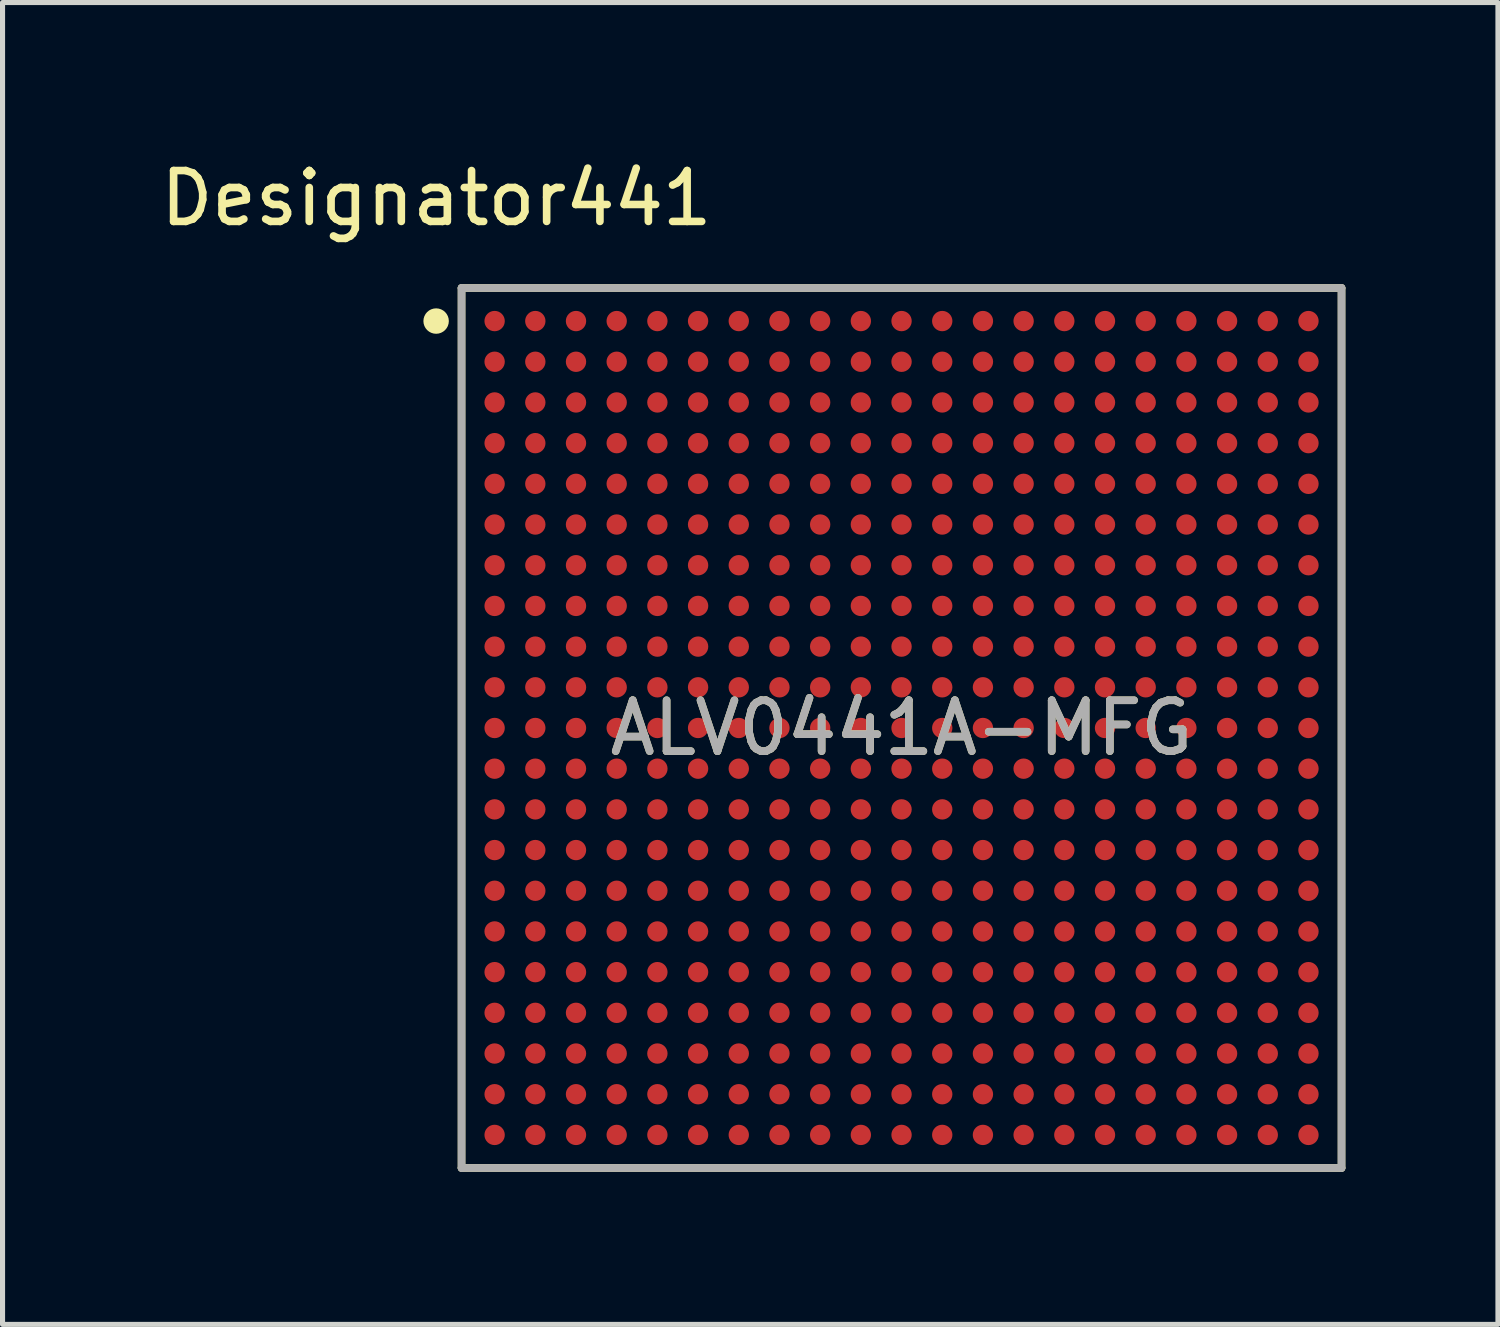
<source format=kicad_pcb>
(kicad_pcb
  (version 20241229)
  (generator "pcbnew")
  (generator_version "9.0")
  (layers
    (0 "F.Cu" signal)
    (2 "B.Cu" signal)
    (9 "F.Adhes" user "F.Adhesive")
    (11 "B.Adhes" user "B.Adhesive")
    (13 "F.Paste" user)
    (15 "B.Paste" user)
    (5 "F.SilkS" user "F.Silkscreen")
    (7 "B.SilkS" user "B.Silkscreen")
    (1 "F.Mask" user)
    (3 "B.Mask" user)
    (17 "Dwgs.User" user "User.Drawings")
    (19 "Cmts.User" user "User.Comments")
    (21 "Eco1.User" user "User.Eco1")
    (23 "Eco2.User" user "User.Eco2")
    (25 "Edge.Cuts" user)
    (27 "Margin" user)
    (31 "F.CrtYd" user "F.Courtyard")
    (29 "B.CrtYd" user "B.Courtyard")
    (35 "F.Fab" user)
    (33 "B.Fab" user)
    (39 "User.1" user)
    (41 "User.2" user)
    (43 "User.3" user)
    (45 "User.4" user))
  (footprint "ALV0441A-MFG"
    (layer "F.Cu")
    (at 14.674 11.262)
    (property "Reference" "ALV0441A-MFG" (at 0 0 0) (unlocked yes) (layer "F.SilkS") (effects (font (size 1 1) (thickness 0.15))))
    (attr smd)
    (fp_circle (center -8 -8) (end -7.865 -8) (stroke (width 0.27) (type solid)) (fill no) (layer "F.Mask"))
    (fp_circle (center -8 -7.2) (end -7.865 -7.2) (stroke (width 0.27) (type solid)) (fill no) (layer "F.Mask"))
    (fp_circle (center -8 -6.4) (end -7.865 -6.4) (stroke (width 0.27) (type solid)) (fill no) (layer "F.Mask"))
    (fp_circle (center -8 -5.6) (end -7.865 -5.6) (stroke (width 0.27) (type solid)) (fill no) (layer "F.Mask"))
    (fp_circle (center -8 -4.8) (end -7.865 -4.8) (stroke (width 0.27) (type solid)) (fill no) (layer "F.Mask"))
    (fp_circle (center -8 -4) (end -7.865 -4) (stroke (width 0.27) (type solid)) (fill no) (layer "F.Mask"))
    (fp_circle (center -8 -3.2) (end -7.865 -3.2) (stroke (width 0.27) (type solid)) (fill no) (layer "F.Mask"))
    (fp_circle (center -8 -2.4) (end -7.865 -2.4) (stroke (width 0.27) (type solid)) (fill no) (layer "F.Mask"))
    (fp_circle (center -8 -1.6) (end -7.865 -1.6) (stroke (width 0.27) (type solid)) (fill no) (layer "F.Mask"))
    (fp_circle (center -8 -0.8) (end -7.865 -0.8) (stroke (width 0.27) (type solid)) (fill no) (layer "F.Mask"))
    (fp_circle (center -8 0) (end -7.865 0) (stroke (width 0.27) (type solid)) (fill no) (layer "F.Mask"))
    (fp_circle (center -8 0.8) (end -7.865 0.8) (stroke (width 0.27) (type solid)) (fill no) (layer "F.Mask"))
    (fp_circle (center -8 1.6) (end -7.865 1.6) (stroke (width 0.27) (type solid)) (fill no) (layer "F.Mask"))
    (fp_circle (center -8 2.4) (end -7.865 2.4) (stroke (width 0.27) (type solid)) (fill no) (layer "F.Mask"))
    (fp_circle (center -8 3.2) (end -7.865 3.2) (stroke (width 0.27) (type solid)) (fill no) (layer "F.Mask"))
    (fp_circle (center -8 4) (end -7.865 4) (stroke (width 0.27) (type solid)) (fill no) (layer "F.Mask"))
    (fp_circle (center -8 4.8) (end -7.865 4.8) (stroke (width 0.27) (type solid)) (fill no) (layer "F.Mask"))
    (fp_circle (center -8 5.6) (end -7.865 5.6) (stroke (width 0.27) (type solid)) (fill no) (layer "F.Mask"))
    (fp_circle (center -8 6.4) (end -7.865 6.4) (stroke (width 0.27) (type solid)) (fill no) (layer "F.Mask"))
    (fp_circle (center -8 7.2) (end -7.865 7.2) (stroke (width 0.27) (type solid)) (fill no) (layer "F.Mask"))
    (fp_circle (center -8 8) (end -7.865 8) (stroke (width 0.27) (type solid)) (fill no) (layer "F.Mask"))
    (fp_circle (center -7.2 -8) (end -7.065 -8) (stroke (width 0.27) (type solid)) (fill no) (layer "F.Mask"))
    (fp_circle (center -7.2 -7.2) (end -7.065 -7.2) (stroke (width 0.27) (type solid)) (fill no) (layer "F.Mask"))
    (fp_circle (center -7.2 -6.4) (end -7.065 -6.4) (stroke (width 0.27) (type solid)) (fill no) (layer "F.Mask"))
    (fp_circle (center -7.2 -5.6) (end -7.065 -5.6) (stroke (width 0.27) (type solid)) (fill no) (layer "F.Mask"))
    (fp_circle (center -7.2 -4.8) (end -7.065 -4.8) (stroke (width 0.27) (type solid)) (fill no) (layer "F.Mask"))
    (fp_circle (center -7.2 -4) (end -7.065 -4) (stroke (width 0.27) (type solid)) (fill no) (layer "F.Mask"))
    (fp_circle (center -7.2 -3.2) (end -7.065 -3.2) (stroke (width 0.27) (type solid)) (fill no) (layer "F.Mask"))
    (fp_circle (center -7.2 -2.4) (end -7.065 -2.4) (stroke (width 0.27) (type solid)) (fill no) (layer "F.Mask"))
    (fp_circle (center -7.2 -1.6) (end -7.065 -1.6) (stroke (width 0.27) (type solid)) (fill no) (layer "F.Mask"))
    (fp_circle (center -7.2 -0.8) (end -7.065 -0.8) (stroke (width 0.27) (type solid)) (fill no) (layer "F.Mask"))
    (fp_circle (center -7.2 0) (end -7.065 0) (stroke (width 0.27) (type solid)) (fill no) (layer "F.Mask"))
    (fp_circle (center -7.2 0.8) (end -7.065 0.8) (stroke (width 0.27) (type solid)) (fill no) (layer "F.Mask"))
    (fp_circle (center -7.2 1.6) (end -7.065 1.6) (stroke (width 0.27) (type solid)) (fill no) (layer "F.Mask"))
    (fp_circle (center -7.2 2.4) (end -7.065 2.4) (stroke (width 0.27) (type solid)) (fill no) (layer "F.Mask"))
    (fp_circle (center -7.2 3.2) (end -7.065 3.2) (stroke (width 0.27) (type solid)) (fill no) (layer "F.Mask"))
    (fp_circle (center -7.2 4) (end -7.065 4) (stroke (width 0.27) (type solid)) (fill no) (layer "F.Mask"))
    (fp_circle (center -7.2 4.8) (end -7.065 4.8) (stroke (width 0.27) (type solid)) (fill no) (layer "F.Mask"))
    (fp_circle (center -7.2 5.6) (end -7.065 5.6) (stroke (width 0.27) (type solid)) (fill no) (layer "F.Mask"))
    (fp_circle (center -7.2 6.4) (end -7.065 6.4) (stroke (width 0.27) (type solid)) (fill no) (layer "F.Mask"))
    (fp_circle (center -7.2 7.2) (end -7.065 7.2) (stroke (width 0.27) (type solid)) (fill no) (layer "F.Mask"))
    (fp_circle (center -7.2 8) (end -7.065 8) (stroke (width 0.27) (type solid)) (fill no) (layer "F.Mask"))
    (fp_circle (center -6.4 -8) (end -6.265 -8) (stroke (width 0.27) (type solid)) (fill no) (layer "F.Mask"))
    (fp_circle (center -6.4 -7.2) (end -6.265 -7.2) (stroke (width 0.27) (type solid)) (fill no) (layer "F.Mask"))
    (fp_circle (center -6.4 -6.4) (end -6.265 -6.4) (stroke (width 0.27) (type solid)) (fill no) (layer "F.Mask"))
    (fp_circle (center -6.4 -5.6) (end -6.265 -5.6) (stroke (width 0.27) (type solid)) (fill no) (layer "F.Mask"))
    (fp_circle (center -6.4 -4.8) (end -6.265 -4.8) (stroke (width 0.27) (type solid)) (fill no) (layer "F.Mask"))
    (fp_circle (center -6.4 -4) (end -6.265 -4) (stroke (width 0.27) (type solid)) (fill no) (layer "F.Mask"))
    (fp_circle (center -6.4 -3.2) (end -6.265 -3.2) (stroke (width 0.27) (type solid)) (fill no) (layer "F.Mask"))
    (fp_circle (center -6.4 -2.4) (end -6.265 -2.4) (stroke (width 0.27) (type solid)) (fill no) (layer "F.Mask"))
    (fp_circle (center -6.4 -1.6) (end -6.265 -1.6) (stroke (width 0.27) (type solid)) (fill no) (layer "F.Mask"))
    (fp_circle (center -6.4 -0.8) (end -6.265 -0.8) (stroke (width 0.27) (type solid)) (fill no) (layer "F.Mask"))
    (fp_circle (center -6.4 0) (end -6.265 0) (stroke (width 0.27) (type solid)) (fill no) (layer "F.Mask"))
    (fp_circle (center -6.4 0.8) (end -6.265 0.8) (stroke (width 0.27) (type solid)) (fill no) (layer "F.Mask"))
    (fp_circle (center -6.4 1.6) (end -6.265 1.6) (stroke (width 0.27) (type solid)) (fill no) (layer "F.Mask"))
    (fp_circle (center -6.4 2.4) (end -6.265 2.4) (stroke (width 0.27) (type solid)) (fill no) (layer "F.Mask"))
    (fp_circle (center -6.4 3.2) (end -6.265 3.2) (stroke (width 0.27) (type solid)) (fill no) (layer "F.Mask"))
    (fp_circle (center -6.4 4) (end -6.265 4) (stroke (width 0.27) (type solid)) (fill no) (layer "F.Mask"))
    (fp_circle (center -6.4 4.8) (end -6.265 4.8) (stroke (width 0.27) (type solid)) (fill no) (layer "F.Mask"))
    (fp_circle (center -6.4 5.6) (end -6.265 5.6) (stroke (width 0.27) (type solid)) (fill no) (layer "F.Mask"))
    (fp_circle (center -6.4 6.4) (end -6.265 6.4) (stroke (width 0.27) (type solid)) (fill no) (layer "F.Mask"))
    (fp_circle (center -6.4 7.2) (end -6.265 7.2) (stroke (width 0.27) (type solid)) (fill no) (layer "F.Mask"))
    (fp_circle (center -6.4 8) (end -6.265 8) (stroke (width 0.27) (type solid)) (fill no) (layer "F.Mask"))
    (fp_circle (center -5.6 -8) (end -5.465 -8) (stroke (width 0.27) (type solid)) (fill no) (layer "F.Mask"))
    (fp_circle (center -5.6 -7.2) (end -5.465 -7.2) (stroke (width 0.27) (type solid)) (fill no) (layer "F.Mask"))
    (fp_circle (center -5.6 -6.4) (end -5.465 -6.4) (stroke (width 0.27) (type solid)) (fill no) (layer "F.Mask"))
    (fp_circle (center -5.6 -5.6) (end -5.465 -5.6) (stroke (width 0.27) (type solid)) (fill no) (layer "F.Mask"))
    (fp_circle (center -5.6 -4.8) (end -5.465 -4.8) (stroke (width 0.27) (type solid)) (fill no) (layer "F.Mask"))
    (fp_circle (center -5.6 -4) (end -5.465 -4) (stroke (width 0.27) (type solid)) (fill no) (layer "F.Mask"))
    (fp_circle (center -5.6 -3.2) (end -5.465 -3.2) (stroke (width 0.27) (type solid)) (fill no) (layer "F.Mask"))
    (fp_circle (center -5.6 -2.4) (end -5.465 -2.4) (stroke (width 0.27) (type solid)) (fill no) (layer "F.Mask"))
    (fp_circle (center -5.6 -1.6) (end -5.465 -1.6) (stroke (width 0.27) (type solid)) (fill no) (layer "F.Mask"))
    (fp_circle (center -5.6 -0.8) (end -5.465 -0.8) (stroke (width 0.27) (type solid)) (fill no) (layer "F.Mask"))
    (fp_circle (center -5.6 0) (end -5.465 0) (stroke (width 0.27) (type solid)) (fill no) (layer "F.Mask"))
    (fp_circle (center -5.6 0.8) (end -5.465 0.8) (stroke (width 0.27) (type solid)) (fill no) (layer "F.Mask"))
    (fp_circle (center -5.6 1.6) (end -5.465 1.6) (stroke (width 0.27) (type solid)) (fill no) (layer "F.Mask"))
    (fp_circle (center -5.6 2.4) (end -5.465 2.4) (stroke (width 0.27) (type solid)) (fill no) (layer "F.Mask"))
    (fp_circle (center -5.6 3.2) (end -5.465 3.2) (stroke (width 0.27) (type solid)) (fill no) (layer "F.Mask"))
    (fp_circle (center -5.6 4) (end -5.465 4) (stroke (width 0.27) (type solid)) (fill no) (layer "F.Mask"))
    (fp_circle (center -5.6 4.8) (end -5.465 4.8) (stroke (width 0.27) (type solid)) (fill no) (layer "F.Mask"))
    (fp_circle (center -5.6 5.6) (end -5.465 5.6) (stroke (width 0.27) (type solid)) (fill no) (layer "F.Mask"))
    (fp_circle (center -5.6 6.4) (end -5.465 6.4) (stroke (width 0.27) (type solid)) (fill no) (layer "F.Mask"))
    (fp_circle (center -5.6 7.2) (end -5.465 7.2) (stroke (width 0.27) (type solid)) (fill no) (layer "F.Mask"))
    (fp_circle (center -5.6 8) (end -5.465 8) (stroke (width 0.27) (type solid)) (fill no) (layer "F.Mask"))
    (fp_circle (center -4.8 -8) (end -4.665 -8) (stroke (width 0.27) (type solid)) (fill no) (layer "F.Mask"))
    (fp_circle (center -4.8 -7.2) (end -4.665 -7.2) (stroke (width 0.27) (type solid)) (fill no) (layer "F.Mask"))
    (fp_circle (center -4.8 -6.4) (end -4.665 -6.4) (stroke (width 0.27) (type solid)) (fill no) (layer "F.Mask"))
    (fp_circle (center -4.8 -5.6) (end -4.665 -5.6) (stroke (width 0.27) (type solid)) (fill no) (layer "F.Mask"))
    (fp_circle (center -4.8 -4.8) (end -4.665 -4.8) (stroke (width 0.27) (type solid)) (fill no) (layer "F.Mask"))
    (fp_circle (center -4.8 -4) (end -4.665 -4) (stroke (width 0.27) (type solid)) (fill no) (layer "F.Mask"))
    (fp_circle (center -4.8 -3.2) (end -4.665 -3.2) (stroke (width 0.27) (type solid)) (fill no) (layer "F.Mask"))
    (fp_circle (center -4.8 -2.4) (end -4.665 -2.4) (stroke (width 0.27) (type solid)) (fill no) (layer "F.Mask"))
    (fp_circle (center -4.8 -1.6) (end -4.665 -1.6) (stroke (width 0.27) (type solid)) (fill no) (layer "F.Mask"))
    (fp_circle (center -4.8 -0.8) (end -4.665 -0.8) (stroke (width 0.27) (type solid)) (fill no) (layer "F.Mask"))
    (fp_circle (center -4.8 0) (end -4.665 0) (stroke (width 0.27) (type solid)) (fill no) (layer "F.Mask"))
    (fp_circle (center -4.8 0.8) (end -4.665 0.8) (stroke (width 0.27) (type solid)) (fill no) (layer "F.Mask"))
    (fp_circle (center -4.8 1.6) (end -4.665 1.6) (stroke (width 0.27) (type solid)) (fill no) (layer "F.Mask"))
    (fp_circle (center -4.8 2.4) (end -4.665 2.4) (stroke (width 0.27) (type solid)) (fill no) (layer "F.Mask"))
    (fp_circle (center -4.8 3.2) (end -4.665 3.2) (stroke (width 0.27) (type solid)) (fill no) (layer "F.Mask"))
    (fp_circle (center -4.8 4) (end -4.665 4) (stroke (width 0.27) (type solid)) (fill no) (layer "F.Mask"))
    (fp_circle (center -4.8 4.8) (end -4.665 4.8) (stroke (width 0.27) (type solid)) (fill no) (layer "F.Mask"))
    (fp_circle (center -4.8 5.6) (end -4.665 5.6) (stroke (width 0.27) (type solid)) (fill no) (layer "F.Mask"))
    (fp_circle (center -4.8 6.4) (end -4.665 6.4) (stroke (width 0.27) (type solid)) (fill no) (layer "F.Mask"))
    (fp_circle (center -4.8 7.2) (end -4.665 7.2) (stroke (width 0.27) (type solid)) (fill no) (layer "F.Mask"))
    (fp_circle (center -4.8 8) (end -4.665 8) (stroke (width 0.27) (type solid)) (fill no) (layer "F.Mask"))
    (fp_circle (center -4 -8) (end -3.865 -8) (stroke (width 0.27) (type solid)) (fill no) (layer "F.Mask"))
    (fp_circle (center -4 -7.2) (end -3.865 -7.2) (stroke (width 0.27) (type solid)) (fill no) (layer "F.Mask"))
    (fp_circle (center -4 -6.4) (end -3.865 -6.4) (stroke (width 0.27) (type solid)) (fill no) (layer "F.Mask"))
    (fp_circle (center -4 -5.6) (end -3.865 -5.6) (stroke (width 0.27) (type solid)) (fill no) (layer "F.Mask"))
    (fp_circle (center -4 -4.8) (end -3.865 -4.8) (stroke (width 0.27) (type solid)) (fill no) (layer "F.Mask"))
    (fp_circle (center -4 -4) (end -3.865 -4) (stroke (width 0.27) (type solid)) (fill no) (layer "F.Mask"))
    (fp_circle (center -4 -3.2) (end -3.865 -3.2) (stroke (width 0.27) (type solid)) (fill no) (layer "F.Mask"))
    (fp_circle (center -4 -2.4) (end -3.865 -2.4) (stroke (width 0.27) (type solid)) (fill no) (layer "F.Mask"))
    (fp_circle (center -4 -1.6) (end -3.865 -1.6) (stroke (width 0.27) (type solid)) (fill no) (layer "F.Mask"))
    (fp_circle (center -4 -0.8) (end -3.865 -0.8) (stroke (width 0.27) (type solid)) (fill no) (layer "F.Mask"))
    (fp_circle (center -4 0) (end -3.865 0) (stroke (width 0.27) (type solid)) (fill no) (layer "F.Mask"))
    (fp_circle (center -4 0.8) (end -3.865 0.8) (stroke (width 0.27) (type solid)) (fill no) (layer "F.Mask"))
    (fp_circle (center -4 1.6) (end -3.865 1.6) (stroke (width 0.27) (type solid)) (fill no) (layer "F.Mask"))
    (fp_circle (center -4 2.4) (end -3.865 2.4) (stroke (width 0.27) (type solid)) (fill no) (layer "F.Mask"))
    (fp_circle (center -4 3.2) (end -3.865 3.2) (stroke (width 0.27) (type solid)) (fill no) (layer "F.Mask"))
    (fp_circle (center -4 4) (end -3.865 4) (stroke (width 0.27) (type solid)) (fill no) (layer "F.Mask"))
    (fp_circle (center -4 4.8) (end -3.865 4.8) (stroke (width 0.27) (type solid)) (fill no) (layer "F.Mask"))
    (fp_circle (center -4 5.6) (end -3.865 5.6) (stroke (width 0.27) (type solid)) (fill no) (layer "F.Mask"))
    (fp_circle (center -4 6.4) (end -3.865 6.4) (stroke (width 0.27) (type solid)) (fill no) (layer "F.Mask"))
    (fp_circle (center -4 7.2) (end -3.865 7.2) (stroke (width 0.27) (type solid)) (fill no) (layer "F.Mask"))
    (fp_circle (center -4 8) (end -3.865 8) (stroke (width 0.27) (type solid)) (fill no) (layer "F.Mask"))
    (fp_circle (center -3.2 -8) (end -3.065 -8) (stroke (width 0.27) (type solid)) (fill no) (layer "F.Mask"))
    (fp_circle (center -3.2 -7.2) (end -3.065 -7.2) (stroke (width 0.27) (type solid)) (fill no) (layer "F.Mask"))
    (fp_circle (center -3.2 -6.4) (end -3.065 -6.4) (stroke (width 0.27) (type solid)) (fill no) (layer "F.Mask"))
    (fp_circle (center -3.2 -5.6) (end -3.065 -5.6) (stroke (width 0.27) (type solid)) (fill no) (layer "F.Mask"))
    (fp_circle (center -3.2 -4.8) (end -3.065 -4.8) (stroke (width 0.27) (type solid)) (fill no) (layer "F.Mask"))
    (fp_circle (center -3.2 -4) (end -3.065 -4) (stroke (width 0.27) (type solid)) (fill no) (layer "F.Mask"))
    (fp_circle (center -3.2 -3.2) (end -3.065 -3.2) (stroke (width 0.27) (type solid)) (fill no) (layer "F.Mask"))
    (fp_circle (center -3.2 -2.4) (end -3.065 -2.4) (stroke (width 0.27) (type solid)) (fill no) (layer "F.Mask"))
    (fp_circle (center -3.2 -1.6) (end -3.065 -1.6) (stroke (width 0.27) (type solid)) (fill no) (layer "F.Mask"))
    (fp_circle (center -3.2 -0.8) (end -3.065 -0.8) (stroke (width 0.27) (type solid)) (fill no) (layer "F.Mask"))
    (fp_circle (center -3.2 0) (end -3.065 0) (stroke (width 0.27) (type solid)) (fill no) (layer "F.Mask"))
    (fp_circle (center -3.2 0.8) (end -3.065 0.8) (stroke (width 0.27) (type solid)) (fill no) (layer "F.Mask"))
    (fp_circle (center -3.2 1.6) (end -3.065 1.6) (stroke (width 0.27) (type solid)) (fill no) (layer "F.Mask"))
    (fp_circle (center -3.2 2.4) (end -3.065 2.4) (stroke (width 0.27) (type solid)) (fill no) (layer "F.Mask"))
    (fp_circle (center -3.2 3.2) (end -3.065 3.2) (stroke (width 0.27) (type solid)) (fill no) (layer "F.Mask"))
    (fp_circle (center -3.2 4) (end -3.065 4) (stroke (width 0.27) (type solid)) (fill no) (layer "F.Mask"))
    (fp_circle (center -3.2 4.8) (end -3.065 4.8) (stroke (width 0.27) (type solid)) (fill no) (layer "F.Mask"))
    (fp_circle (center -3.2 5.6) (end -3.065 5.6) (stroke (width 0.27) (type solid)) (fill no) (layer "F.Mask"))
    (fp_circle (center -3.2 6.4) (end -3.065 6.4) (stroke (width 0.27) (type solid)) (fill no) (layer "F.Mask"))
    (fp_circle (center -3.2 7.2) (end -3.065 7.2) (stroke (width 0.27) (type solid)) (fill no) (layer "F.Mask"))
    (fp_circle (center -3.2 8) (end -3.065 8) (stroke (width 0.27) (type solid)) (fill no) (layer "F.Mask"))
    (fp_circle (center -2.4 -8) (end -2.265 -8) (stroke (width 0.27) (type solid)) (fill no) (layer "F.Mask"))
    (fp_circle (center -2.4 -7.2) (end -2.265 -7.2) (stroke (width 0.27) (type solid)) (fill no) (layer "F.Mask"))
    (fp_circle (center -2.4 -6.4) (end -2.265 -6.4) (stroke (width 0.27) (type solid)) (fill no) (layer "F.Mask"))
    (fp_circle (center -2.4 -5.6) (end -2.265 -5.6) (stroke (width 0.27) (type solid)) (fill no) (layer "F.Mask"))
    (fp_circle (center -2.4 -4.8) (end -2.265 -4.8) (stroke (width 0.27) (type solid)) (fill no) (layer "F.Mask"))
    (fp_circle (center -2.4 -4) (end -2.265 -4) (stroke (width 0.27) (type solid)) (fill no) (layer "F.Mask"))
    (fp_circle (center -2.4 -3.2) (end -2.265 -3.2) (stroke (width 0.27) (type solid)) (fill no) (layer "F.Mask"))
    (fp_circle (center -2.4 -2.4) (end -2.265 -2.4) (stroke (width 0.27) (type solid)) (fill no) (layer "F.Mask"))
    (fp_circle (center -2.4 -1.6) (end -2.265 -1.6) (stroke (width 0.27) (type solid)) (fill no) (layer "F.Mask"))
    (fp_circle (center -2.4 -0.8) (end -2.265 -0.8) (stroke (width 0.27) (type solid)) (fill no) (layer "F.Mask"))
    (fp_circle (center -2.4 0) (end -2.265 0) (stroke (width 0.27) (type solid)) (fill no) (layer "F.Mask"))
    (fp_circle (center -2.4 0.8) (end -2.265 0.8) (stroke (width 0.27) (type solid)) (fill no) (layer "F.Mask"))
    (fp_circle (center -2.4 1.6) (end -2.265 1.6) (stroke (width 0.27) (type solid)) (fill no) (layer "F.Mask"))
    (fp_circle (center -2.4 2.4) (end -2.265 2.4) (stroke (width 0.27) (type solid)) (fill no) (layer "F.Mask"))
    (fp_circle (center -2.4 3.2) (end -2.265 3.2) (stroke (width 0.27) (type solid)) (fill no) (layer "F.Mask"))
    (fp_circle (center -2.4 4) (end -2.265 4) (stroke (width 0.27) (type solid)) (fill no) (layer "F.Mask"))
    (fp_circle (center -2.4 4.8) (end -2.265 4.8) (stroke (width 0.27) (type solid)) (fill no) (layer "F.Mask"))
    (fp_circle (center -2.4 5.6) (end -2.265 5.6) (stroke (width 0.27) (type solid)) (fill no) (layer "F.Mask"))
    (fp_circle (center -2.4 6.4) (end -2.265 6.4) (stroke (width 0.27) (type solid)) (fill no) (layer "F.Mask"))
    (fp_circle (center -2.4 7.2) (end -2.265 7.2) (stroke (width 0.27) (type solid)) (fill no) (layer "F.Mask"))
    (fp_circle (center -2.4 8) (end -2.265 8) (stroke (width 0.27) (type solid)) (fill no) (layer "F.Mask"))
    (fp_circle (center -1.6 -8) (end -1.465 -8) (stroke (width 0.27) (type solid)) (fill no) (layer "F.Mask"))
    (fp_circle (center -1.6 -7.2) (end -1.465 -7.2) (stroke (width 0.27) (type solid)) (fill no) (layer "F.Mask"))
    (fp_circle (center -1.6 -6.4) (end -1.465 -6.4) (stroke (width 0.27) (type solid)) (fill no) (layer "F.Mask"))
    (fp_circle (center -1.6 -5.6) (end -1.465 -5.6) (stroke (width 0.27) (type solid)) (fill no) (layer "F.Mask"))
    (fp_circle (center -1.6 -4.8) (end -1.465 -4.8) (stroke (width 0.27) (type solid)) (fill no) (layer "F.Mask"))
    (fp_circle (center -1.6 -4) (end -1.465 -4) (stroke (width 0.27) (type solid)) (fill no) (layer "F.Mask"))
    (fp_circle (center -1.6 -3.2) (end -1.465 -3.2) (stroke (width 0.27) (type solid)) (fill no) (layer "F.Mask"))
    (fp_circle (center -1.6 -2.4) (end -1.465 -2.4) (stroke (width 0.27) (type solid)) (fill no) (layer "F.Mask"))
    (fp_circle (center -1.6 -1.6) (end -1.465 -1.6) (stroke (width 0.27) (type solid)) (fill no) (layer "F.Mask"))
    (fp_circle (center -1.6 -0.8) (end -1.465 -0.8) (stroke (width 0.27) (type solid)) (fill no) (layer "F.Mask"))
    (fp_circle (center -1.6 0) (end -1.465 0) (stroke (width 0.27) (type solid)) (fill no) (layer "F.Mask"))
    (fp_circle (center -1.6 0.8) (end -1.465 0.8) (stroke (width 0.27) (type solid)) (fill no) (layer "F.Mask"))
    (fp_circle (center -1.6 1.6) (end -1.465 1.6) (stroke (width 0.27) (type solid)) (fill no) (layer "F.Mask"))
    (fp_circle (center -1.6 2.4) (end -1.465 2.4) (stroke (width 0.27) (type solid)) (fill no) (layer "F.Mask"))
    (fp_circle (center -1.6 3.2) (end -1.465 3.2) (stroke (width 0.27) (type solid)) (fill no) (layer "F.Mask"))
    (fp_circle (center -1.6 4) (end -1.465 4) (stroke (width 0.27) (type solid)) (fill no) (layer "F.Mask"))
    (fp_circle (center -1.6 4.8) (end -1.465 4.8) (stroke (width 0.27) (type solid)) (fill no) (layer "F.Mask"))
    (fp_circle (center -1.6 5.6) (end -1.465 5.6) (stroke (width 0.27) (type solid)) (fill no) (layer "F.Mask"))
    (fp_circle (center -1.6 6.4) (end -1.465 6.4) (stroke (width 0.27) (type solid)) (fill no) (layer "F.Mask"))
    (fp_circle (center -1.6 7.2) (end -1.465 7.2) (stroke (width 0.27) (type solid)) (fill no) (layer "F.Mask"))
    (fp_circle (center -1.6 8) (end -1.465 8) (stroke (width 0.27) (type solid)) (fill no) (layer "F.Mask"))
    (fp_circle (center -0.8 -8) (end -0.665 -8) (stroke (width 0.27) (type solid)) (fill no) (layer "F.Mask"))
    (fp_circle (center -0.8 -7.2) (end -0.665 -7.2) (stroke (width 0.27) (type solid)) (fill no) (layer "F.Mask"))
    (fp_circle (center -0.8 -6.4) (end -0.665 -6.4) (stroke (width 0.27) (type solid)) (fill no) (layer "F.Mask"))
    (fp_circle (center -0.8 -5.6) (end -0.665 -5.6) (stroke (width 0.27) (type solid)) (fill no) (layer "F.Mask"))
    (fp_circle (center -0.8 -4.8) (end -0.665 -4.8) (stroke (width 0.27) (type solid)) (fill no) (layer "F.Mask"))
    (fp_circle (center -0.8 -4) (end -0.665 -4) (stroke (width 0.27) (type solid)) (fill no) (layer "F.Mask"))
    (fp_circle (center -0.8 -3.2) (end -0.665 -3.2) (stroke (width 0.27) (type solid)) (fill no) (layer "F.Mask"))
    (fp_circle (center -0.8 -2.4) (end -0.665 -2.4) (stroke (width 0.27) (type solid)) (fill no) (layer "F.Mask"))
    (fp_circle (center -0.8 -1.6) (end -0.665 -1.6) (stroke (width 0.27) (type solid)) (fill no) (layer "F.Mask"))
    (fp_circle (center -0.8 -0.8) (end -0.665 -0.8) (stroke (width 0.27) (type solid)) (fill no) (layer "F.Mask"))
    (fp_circle (center -0.8 0) (end -0.665 0) (stroke (width 0.27) (type solid)) (fill no) (layer "F.Mask"))
    (fp_circle (center -0.8 0.8) (end -0.665 0.8) (stroke (width 0.27) (type solid)) (fill no) (layer "F.Mask"))
    (fp_circle (center -0.8 1.6) (end -0.665 1.6) (stroke (width 0.27) (type solid)) (fill no) (layer "F.Mask"))
    (fp_circle (center -0.8 2.4) (end -0.665 2.4) (stroke (width 0.27) (type solid)) (fill no) (layer "F.Mask"))
    (fp_circle (center -0.8 3.2) (end -0.665 3.2) (stroke (width 0.27) (type solid)) (fill no) (layer "F.Mask"))
    (fp_circle (center -0.8 4) (end -0.665 4) (stroke (width 0.27) (type solid)) (fill no) (layer "F.Mask"))
    (fp_circle (center -0.8 4.8) (end -0.665 4.8) (stroke (width 0.27) (type solid)) (fill no) (layer "F.Mask"))
    (fp_circle (center -0.8 5.6) (end -0.665 5.6) (stroke (width 0.27) (type solid)) (fill no) (layer "F.Mask"))
    (fp_circle (center -0.8 6.4) (end -0.665 6.4) (stroke (width 0.27) (type solid)) (fill no) (layer "F.Mask"))
    (fp_circle (center -0.8 7.2) (end -0.665 7.2) (stroke (width 0.27) (type solid)) (fill no) (layer "F.Mask"))
    (fp_circle (center -0.8 8) (end -0.665 8) (stroke (width 0.27) (type solid)) (fill no) (layer "F.Mask"))
    (fp_circle (center 0 -8) (end 0.135 -8) (stroke (width 0.27) (type solid)) (fill no) (layer "F.Mask"))
    (fp_circle (center 0 -7.2) (end 0.135 -7.2) (stroke (width 0.27) (type solid)) (fill no) (layer "F.Mask"))
    (fp_circle (center 0 -6.4) (end 0.135 -6.4) (stroke (width 0.27) (type solid)) (fill no) (layer "F.Mask"))
    (fp_circle (center 0 -5.6) (end 0.135 -5.6) (stroke (width 0.27) (type solid)) (fill no) (layer "F.Mask"))
    (fp_circle (center 0 -4.8) (end 0.135 -4.8) (stroke (width 0.27) (type solid)) (fill no) (layer "F.Mask"))
    (fp_circle (center 0 -4) (end 0.135 -4) (stroke (width 0.27) (type solid)) (fill no) (layer "F.Mask"))
    (fp_circle (center 0 -3.2) (end 0.135 -3.2) (stroke (width 0.27) (type solid)) (fill no) (layer "F.Mask"))
    (fp_circle (center 0 -2.4) (end 0.135 -2.4) (stroke (width 0.27) (type solid)) (fill no) (layer "F.Mask"))
    (fp_circle (center 0 -1.6) (end 0.135 -1.6) (stroke (width 0.27) (type solid)) (fill no) (layer "F.Mask"))
    (fp_circle (center 0 -0.8) (end 0.135 -0.8) (stroke (width 0.27) (type solid)) (fill no) (layer "F.Mask"))
    (fp_circle (center 0 0) (end 0.135 0) (stroke (width 0.27) (type solid)) (fill no) (layer "F.Mask"))
    (fp_circle (center 0 0.8) (end 0.135 0.8) (stroke (width 0.27) (type solid)) (fill no) (layer "F.Mask"))
    (fp_circle (center 0 1.6) (end 0.135 1.6) (stroke (width 0.27) (type solid)) (fill no) (layer "F.Mask"))
    (fp_circle (center 0 2.4) (end 0.135 2.4) (stroke (width 0.27) (type solid)) (fill no) (layer "F.Mask"))
    (fp_circle (center 0 3.2) (end 0.135 3.2) (stroke (width 0.27) (type solid)) (fill no) (layer "F.Mask"))
    (fp_circle (center 0 4) (end 0.135 4) (stroke (width 0.27) (type solid)) (fill no) (layer "F.Mask"))
    (fp_circle (center 0 4.8) (end 0.135 4.8) (stroke (width 0.27) (type solid)) (fill no) (layer "F.Mask"))
    (fp_circle (center 0 5.6) (end 0.135 5.6) (stroke (width 0.27) (type solid)) (fill no) (layer "F.Mask"))
    (fp_circle (center 0 6.4) (end 0.135 6.4) (stroke (width 0.27) (type solid)) (fill no) (layer "F.Mask"))
    (fp_circle (center 0 7.2) (end 0.135 7.2) (stroke (width 0.27) (type solid)) (fill no) (layer "F.Mask"))
    (fp_circle (center 0 8) (end 0.135 8) (stroke (width 0.27) (type solid)) (fill no) (layer "F.Mask"))
    (fp_circle (center 0.8 -8) (end 0.935 -8) (stroke (width 0.27) (type solid)) (fill no) (layer "F.Mask"))
    (fp_circle (center 0.8 -7.2) (end 0.935 -7.2) (stroke (width 0.27) (type solid)) (fill no) (layer "F.Mask"))
    (fp_circle (center 0.8 -6.4) (end 0.935 -6.4) (stroke (width 0.27) (type solid)) (fill no) (layer "F.Mask"))
    (fp_circle (center 0.8 -5.6) (end 0.935 -5.6) (stroke (width 0.27) (type solid)) (fill no) (layer "F.Mask"))
    (fp_circle (center 0.8 -4.8) (end 0.935 -4.8) (stroke (width 0.27) (type solid)) (fill no) (layer "F.Mask"))
    (fp_circle (center 0.8 -4) (end 0.935 -4) (stroke (width 0.27) (type solid)) (fill no) (layer "F.Mask"))
    (fp_circle (center 0.8 -3.2) (end 0.935 -3.2) (stroke (width 0.27) (type solid)) (fill no) (layer "F.Mask"))
    (fp_circle (center 0.8 -2.4) (end 0.935 -2.4) (stroke (width 0.27) (type solid)) (fill no) (layer "F.Mask"))
    (fp_circle (center 0.8 -1.6) (end 0.935 -1.6) (stroke (width 0.27) (type solid)) (fill no) (layer "F.Mask"))
    (fp_circle (center 0.8 -0.8) (end 0.935 -0.8) (stroke (width 0.27) (type solid)) (fill no) (layer "F.Mask"))
    (fp_circle (center 0.8 0) (end 0.935 0) (stroke (width 0.27) (type solid)) (fill no) (layer "F.Mask"))
    (fp_circle (center 0.8 0.8) (end 0.935 0.8) (stroke (width 0.27) (type solid)) (fill no) (layer "F.Mask"))
    (fp_circle (center 0.8 1.6) (end 0.935 1.6) (stroke (width 0.27) (type solid)) (fill no) (layer "F.Mask"))
    (fp_circle (center 0.8 2.4) (end 0.935 2.4) (stroke (width 0.27) (type solid)) (fill no) (layer "F.Mask"))
    (fp_circle (center 0.8 3.2) (end 0.935 3.2) (stroke (width 0.27) (type solid)) (fill no) (layer "F.Mask"))
    (fp_circle (center 0.8 4) (end 0.935 4) (stroke (width 0.27) (type solid)) (fill no) (layer "F.Mask"))
    (fp_circle (center 0.8 4.8) (end 0.935 4.8) (stroke (width 0.27) (type solid)) (fill no) (layer "F.Mask"))
    (fp_circle (center 0.8 5.6) (end 0.935 5.6) (stroke (width 0.27) (type solid)) (fill no) (layer "F.Mask"))
    (fp_circle (center 0.8 6.4) (end 0.935 6.4) (stroke (width 0.27) (type solid)) (fill no) (layer "F.Mask"))
    (fp_circle (center 0.8 7.2) (end 0.935 7.2) (stroke (width 0.27) (type solid)) (fill no) (layer "F.Mask"))
    (fp_circle (center 0.8 8) (end 0.935 8) (stroke (width 0.27) (type solid)) (fill no) (layer "F.Mask"))
    (fp_circle (center 1.6 -8) (end 1.735 -8) (stroke (width 0.27) (type solid)) (fill no) (layer "F.Mask"))
    (fp_circle (center 1.6 -7.2) (end 1.735 -7.2) (stroke (width 0.27) (type solid)) (fill no) (layer "F.Mask"))
    (fp_circle (center 1.6 -6.4) (end 1.735 -6.4) (stroke (width 0.27) (type solid)) (fill no) (layer "F.Mask"))
    (fp_circle (center 1.6 -5.6) (end 1.735 -5.6) (stroke (width 0.27) (type solid)) (fill no) (layer "F.Mask"))
    (fp_circle (center 1.6 -4.8) (end 1.735 -4.8) (stroke (width 0.27) (type solid)) (fill no) (layer "F.Mask"))
    (fp_circle (center 1.6 -4) (end 1.735 -4) (stroke (width 0.27) (type solid)) (fill no) (layer "F.Mask"))
    (fp_circle (center 1.6 -3.2) (end 1.735 -3.2) (stroke (width 0.27) (type solid)) (fill no) (layer "F.Mask"))
    (fp_circle (center 1.6 -2.4) (end 1.735 -2.4) (stroke (width 0.27) (type solid)) (fill no) (layer "F.Mask"))
    (fp_circle (center 1.6 -1.6) (end 1.735 -1.6) (stroke (width 0.27) (type solid)) (fill no) (layer "F.Mask"))
    (fp_circle (center 1.6 -0.8) (end 1.735 -0.8) (stroke (width 0.27) (type solid)) (fill no) (layer "F.Mask"))
    (fp_circle (center 1.6 0) (end 1.735 0) (stroke (width 0.27) (type solid)) (fill no) (layer "F.Mask"))
    (fp_circle (center 1.6 0.8) (end 1.735 0.8) (stroke (width 0.27) (type solid)) (fill no) (layer "F.Mask"))
    (fp_circle (center 1.6 1.6) (end 1.735 1.6) (stroke (width 0.27) (type solid)) (fill no) (layer "F.Mask"))
    (fp_circle (center 1.6 2.4) (end 1.735 2.4) (stroke (width 0.27) (type solid)) (fill no) (layer "F.Mask"))
    (fp_circle (center 1.6 3.2) (end 1.735 3.2) (stroke (width 0.27) (type solid)) (fill no) (layer "F.Mask"))
    (fp_circle (center 1.6 4) (end 1.735 4) (stroke (width 0.27) (type solid)) (fill no) (layer "F.Mask"))
    (fp_circle (center 1.6 4.8) (end 1.735 4.8) (stroke (width 0.27) (type solid)) (fill no) (layer "F.Mask"))
    (fp_circle (center 1.6 5.6) (end 1.735 5.6) (stroke (width 0.27) (type solid)) (fill no) (layer "F.Mask"))
    (fp_circle (center 1.6 6.4) (end 1.735 6.4) (stroke (width 0.27) (type solid)) (fill no) (layer "F.Mask"))
    (fp_circle (center 1.6 7.2) (end 1.735 7.2) (stroke (width 0.27) (type solid)) (fill no) (layer "F.Mask"))
    (fp_circle (center 1.6 8) (end 1.735 8) (stroke (width 0.27) (type solid)) (fill no) (layer "F.Mask"))
    (fp_circle (center 2.4 -8) (end 2.535 -8) (stroke (width 0.27) (type solid)) (fill no) (layer "F.Mask"))
    (fp_circle (center 2.4 -7.2) (end 2.535 -7.2) (stroke (width 0.27) (type solid)) (fill no) (layer "F.Mask"))
    (fp_circle (center 2.4 -6.4) (end 2.535 -6.4) (stroke (width 0.27) (type solid)) (fill no) (layer "F.Mask"))
    (fp_circle (center 2.4 -5.6) (end 2.535 -5.6) (stroke (width 0.27) (type solid)) (fill no) (layer "F.Mask"))
    (fp_circle (center 2.4 -4.8) (end 2.535 -4.8) (stroke (width 0.27) (type solid)) (fill no) (layer "F.Mask"))
    (fp_circle (center 2.4 -4) (end 2.535 -4) (stroke (width 0.27) (type solid)) (fill no) (layer "F.Mask"))
    (fp_circle (center 2.4 -3.2) (end 2.535 -3.2) (stroke (width 0.27) (type solid)) (fill no) (layer "F.Mask"))
    (fp_circle (center 2.4 -2.4) (end 2.535 -2.4) (stroke (width 0.27) (type solid)) (fill no) (layer "F.Mask"))
    (fp_circle (center 2.4 -1.6) (end 2.535 -1.6) (stroke (width 0.27) (type solid)) (fill no) (layer "F.Mask"))
    (fp_circle (center 2.4 -0.8) (end 2.535 -0.8) (stroke (width 0.27) (type solid)) (fill no) (layer "F.Mask"))
    (fp_circle (center 2.4 0) (end 2.535 0) (stroke (width 0.27) (type solid)) (fill no) (layer "F.Mask"))
    (fp_circle (center 2.4 0.8) (end 2.535 0.8) (stroke (width 0.27) (type solid)) (fill no) (layer "F.Mask"))
    (fp_circle (center 2.4 1.6) (end 2.535 1.6) (stroke (width 0.27) (type solid)) (fill no) (layer "F.Mask"))
    (fp_circle (center 2.4 2.4) (end 2.535 2.4) (stroke (width 0.27) (type solid)) (fill no) (layer "F.Mask"))
    (fp_circle (center 2.4 3.2) (end 2.535 3.2) (stroke (width 0.27) (type solid)) (fill no) (layer "F.Mask"))
    (fp_circle (center 2.4 4) (end 2.535 4) (stroke (width 0.27) (type solid)) (fill no) (layer "F.Mask"))
    (fp_circle (center 2.4 4.8) (end 2.535 4.8) (stroke (width 0.27) (type solid)) (fill no) (layer "F.Mask"))
    (fp_circle (center 2.4 5.6) (end 2.535 5.6) (stroke (width 0.27) (type solid)) (fill no) (layer "F.Mask"))
    (fp_circle (center 2.4 6.4) (end 2.535 6.4) (stroke (width 0.27) (type solid)) (fill no) (layer "F.Mask"))
    (fp_circle (center 2.4 7.2) (end 2.535 7.2) (stroke (width 0.27) (type solid)) (fill no) (layer "F.Mask"))
    (fp_circle (center 2.4 8) (end 2.535 8) (stroke (width 0.27) (type solid)) (fill no) (layer "F.Mask"))
    (fp_circle (center 3.2 -8) (end 3.335 -8) (stroke (width 0.27) (type solid)) (fill no) (layer "F.Mask"))
    (fp_circle (center 3.2 -7.2) (end 3.335 -7.2) (stroke (width 0.27) (type solid)) (fill no) (layer "F.Mask"))
    (fp_circle (center 3.2 -6.4) (end 3.335 -6.4) (stroke (width 0.27) (type solid)) (fill no) (layer "F.Mask"))
    (fp_circle (center 3.2 -5.6) (end 3.335 -5.6) (stroke (width 0.27) (type solid)) (fill no) (layer "F.Mask"))
    (fp_circle (center 3.2 -4.8) (end 3.335 -4.8) (stroke (width 0.27) (type solid)) (fill no) (layer "F.Mask"))
    (fp_circle (center 3.2 -4) (end 3.335 -4) (stroke (width 0.27) (type solid)) (fill no) (layer "F.Mask"))
    (fp_circle (center 3.2 -3.2) (end 3.335 -3.2) (stroke (width 0.27) (type solid)) (fill no) (layer "F.Mask"))
    (fp_circle (center 3.2 -2.4) (end 3.335 -2.4) (stroke (width 0.27) (type solid)) (fill no) (layer "F.Mask"))
    (fp_circle (center 3.2 -1.6) (end 3.335 -1.6) (stroke (width 0.27) (type solid)) (fill no) (layer "F.Mask"))
    (fp_circle (center 3.2 -0.8) (end 3.335 -0.8) (stroke (width 0.27) (type solid)) (fill no) (layer "F.Mask"))
    (fp_circle (center 3.2 0) (end 3.335 0) (stroke (width 0.27) (type solid)) (fill no) (layer "F.Mask"))
    (fp_circle (center 3.2 0.8) (end 3.335 0.8) (stroke (width 0.27) (type solid)) (fill no) (layer "F.Mask"))
    (fp_circle (center 3.2 1.6) (end 3.335 1.6) (stroke (width 0.27) (type solid)) (fill no) (layer "F.Mask"))
    (fp_circle (center 3.2 2.4) (end 3.335 2.4) (stroke (width 0.27) (type solid)) (fill no) (layer "F.Mask"))
    (fp_circle (center 3.2 3.2) (end 3.335 3.2) (stroke (width 0.27) (type solid)) (fill no) (layer "F.Mask"))
    (fp_circle (center 3.2 4) (end 3.335 4) (stroke (width 0.27) (type solid)) (fill no) (layer "F.Mask"))
    (fp_circle (center 3.2 4.8) (end 3.335 4.8) (stroke (width 0.27) (type solid)) (fill no) (layer "F.Mask"))
    (fp_circle (center 3.2 5.6) (end 3.335 5.6) (stroke (width 0.27) (type solid)) (fill no) (layer "F.Mask"))
    (fp_circle (center 3.2 6.4) (end 3.335 6.4) (stroke (width 0.27) (type solid)) (fill no) (layer "F.Mask"))
    (fp_circle (center 3.2 7.2) (end 3.335 7.2) (stroke (width 0.27) (type solid)) (fill no) (layer "F.Mask"))
    (fp_circle (center 3.2 8) (end 3.335 8) (stroke (width 0.27) (type solid)) (fill no) (layer "F.Mask"))
    (fp_circle (center 4 -8) (end 4.135 -8) (stroke (width 0.27) (type solid)) (fill no) (layer "F.Mask"))
    (fp_circle (center 4 -7.2) (end 4.135 -7.2) (stroke (width 0.27) (type solid)) (fill no) (layer "F.Mask"))
    (fp_circle (center 4 -6.4) (end 4.135 -6.4) (stroke (width 0.27) (type solid)) (fill no) (layer "F.Mask"))
    (fp_circle (center 4 -5.6) (end 4.135 -5.6) (stroke (width 0.27) (type solid)) (fill no) (layer "F.Mask"))
    (fp_circle (center 4 -4.8) (end 4.135 -4.8) (stroke (width 0.27) (type solid)) (fill no) (layer "F.Mask"))
    (fp_circle (center 4 -4) (end 4.135 -4) (stroke (width 0.27) (type solid)) (fill no) (layer "F.Mask"))
    (fp_circle (center 4 -3.2) (end 4.135 -3.2) (stroke (width 0.27) (type solid)) (fill no) (layer "F.Mask"))
    (fp_circle (center 4 -2.4) (end 4.135 -2.4) (stroke (width 0.27) (type solid)) (fill no) (layer "F.Mask"))
    (fp_circle (center 4 -1.6) (end 4.135 -1.6) (stroke (width 0.27) (type solid)) (fill no) (layer "F.Mask"))
    (fp_circle (center 4 -0.8) (end 4.135 -0.8) (stroke (width 0.27) (type solid)) (fill no) (layer "F.Mask"))
    (fp_circle (center 4 0) (end 4.135 0) (stroke (width 0.27) (type solid)) (fill no) (layer "F.Mask"))
    (fp_circle (center 4 0.8) (end 4.135 0.8) (stroke (width 0.27) (type solid)) (fill no) (layer "F.Mask"))
    (fp_circle (center 4 1.6) (end 4.135 1.6) (stroke (width 0.27) (type solid)) (fill no) (layer "F.Mask"))
    (fp_circle (center 4 2.4) (end 4.135 2.4) (stroke (width 0.27) (type solid)) (fill no) (layer "F.Mask"))
    (fp_circle (center 4 3.2) (end 4.135 3.2) (stroke (width 0.27) (type solid)) (fill no) (layer "F.Mask"))
    (fp_circle (center 4 4) (end 4.135 4) (stroke (width 0.27) (type solid)) (fill no) (layer "F.Mask"))
    (fp_circle (center 4 4.8) (end 4.135 4.8) (stroke (width 0.27) (type solid)) (fill no) (layer "F.Mask"))
    (fp_circle (center 4 5.6) (end 4.135 5.6) (stroke (width 0.27) (type solid)) (fill no) (layer "F.Mask"))
    (fp_circle (center 4 6.4) (end 4.135 6.4) (stroke (width 0.27) (type solid)) (fill no) (layer "F.Mask"))
    (fp_circle (center 4 7.2) (end 4.135 7.2) (stroke (width 0.27) (type solid)) (fill no) (layer "F.Mask"))
    (fp_circle (center 4 8) (end 4.135 8) (stroke (width 0.27) (type solid)) (fill no) (layer "F.Mask"))
    (fp_circle (center 4.8 -8) (end 4.935 -8) (stroke (width 0.27) (type solid)) (fill no) (layer "F.Mask"))
    (fp_circle (center 4.8 -7.2) (end 4.935 -7.2) (stroke (width 0.27) (type solid)) (fill no) (layer "F.Mask"))
    (fp_circle (center 4.8 -6.4) (end 4.935 -6.4) (stroke (width 0.27) (type solid)) (fill no) (layer "F.Mask"))
    (fp_circle (center 4.8 -5.6) (end 4.935 -5.6) (stroke (width 0.27) (type solid)) (fill no) (layer "F.Mask"))
    (fp_circle (center 4.8 -4.8) (end 4.935 -4.8) (stroke (width 0.27) (type solid)) (fill no) (layer "F.Mask"))
    (fp_circle (center 4.8 -4) (end 4.935 -4) (stroke (width 0.27) (type solid)) (fill no) (layer "F.Mask"))
    (fp_circle (center 4.8 -3.2) (end 4.935 -3.2) (stroke (width 0.27) (type solid)) (fill no) (layer "F.Mask"))
    (fp_circle (center 4.8 -2.4) (end 4.935 -2.4) (stroke (width 0.27) (type solid)) (fill no) (layer "F.Mask"))
    (fp_circle (center 4.8 -1.6) (end 4.935 -1.6) (stroke (width 0.27) (type solid)) (fill no) (layer "F.Mask"))
    (fp_circle (center 4.8 -0.8) (end 4.935 -0.8) (stroke (width 0.27) (type solid)) (fill no) (layer "F.Mask"))
    (fp_circle (center 4.8 0) (end 4.935 0) (stroke (width 0.27) (type solid)) (fill no) (layer "F.Mask"))
    (fp_circle (center 4.8 0.8) (end 4.935 0.8) (stroke (width 0.27) (type solid)) (fill no) (layer "F.Mask"))
    (fp_circle (center 4.8 1.6) (end 4.935 1.6) (stroke (width 0.27) (type solid)) (fill no) (layer "F.Mask"))
    (fp_circle (center 4.8 2.4) (end 4.935 2.4) (stroke (width 0.27) (type solid)) (fill no) (layer "F.Mask"))
    (fp_circle (center 4.8 3.2) (end 4.935 3.2) (stroke (width 0.27) (type solid)) (fill no) (layer "F.Mask"))
    (fp_circle (center 4.8 4) (end 4.935 4) (stroke (width 0.27) (type solid)) (fill no) (layer "F.Mask"))
    (fp_circle (center 4.8 4.8) (end 4.935 4.8) (stroke (width 0.27) (type solid)) (fill no) (layer "F.Mask"))
    (fp_circle (center 4.8 5.6) (end 4.935 5.6) (stroke (width 0.27) (type solid)) (fill no) (layer "F.Mask"))
    (fp_circle (center 4.8 6.4) (end 4.935 6.4) (stroke (width 0.27) (type solid)) (fill no) (layer "F.Mask"))
    (fp_circle (center 4.8 7.2) (end 4.935 7.2) (stroke (width 0.27) (type solid)) (fill no) (layer "F.Mask"))
    (fp_circle (center 4.8 8) (end 4.935 8) (stroke (width 0.27) (type solid)) (fill no) (layer "F.Mask"))
    (fp_circle (center 5.6 -8) (end 5.735 -8) (stroke (width 0.27) (type solid)) (fill no) (layer "F.Mask"))
    (fp_circle (center 5.6 -7.2) (end 5.735 -7.2) (stroke (width 0.27) (type solid)) (fill no) (layer "F.Mask"))
    (fp_circle (center 5.6 -6.4) (end 5.735 -6.4) (stroke (width 0.27) (type solid)) (fill no) (layer "F.Mask"))
    (fp_circle (center 5.6 -5.6) (end 5.735 -5.6) (stroke (width 0.27) (type solid)) (fill no) (layer "F.Mask"))
    (fp_circle (center 5.6 -4.8) (end 5.735 -4.8) (stroke (width 0.27) (type solid)) (fill no) (layer "F.Mask"))
    (fp_circle (center 5.6 -4) (end 5.735 -4) (stroke (width 0.27) (type solid)) (fill no) (layer "F.Mask"))
    (fp_circle (center 5.6 -3.2) (end 5.735 -3.2) (stroke (width 0.27) (type solid)) (fill no) (layer "F.Mask"))
    (fp_circle (center 5.6 -2.4) (end 5.735 -2.4) (stroke (width 0.27) (type solid)) (fill no) (layer "F.Mask"))
    (fp_circle (center 5.6 -1.6) (end 5.735 -1.6) (stroke (width 0.27) (type solid)) (fill no) (layer "F.Mask"))
    (fp_circle (center 5.6 -0.8) (end 5.735 -0.8) (stroke (width 0.27) (type solid)) (fill no) (layer "F.Mask"))
    (fp_circle (center 5.6 0) (end 5.735 0) (stroke (width 0.27) (type solid)) (fill no) (layer "F.Mask"))
    (fp_circle (center 5.6 0.8) (end 5.735 0.8) (stroke (width 0.27) (type solid)) (fill no) (layer "F.Mask"))
    (fp_circle (center 5.6 1.6) (end 5.735 1.6) (stroke (width 0.27) (type solid)) (fill no) (layer "F.Mask"))
    (fp_circle (center 5.6 2.4) (end 5.735 2.4) (stroke (width 0.27) (type solid)) (fill no) (layer "F.Mask"))
    (fp_circle (center 5.6 3.2) (end 5.735 3.2) (stroke (width 0.27) (type solid)) (fill no) (layer "F.Mask"))
    (fp_circle (center 5.6 4) (end 5.735 4) (stroke (width 0.27) (type solid)) (fill no) (layer "F.Mask"))
    (fp_circle (center 5.6 4.8) (end 5.735 4.8) (stroke (width 0.27) (type solid)) (fill no) (layer "F.Mask"))
    (fp_circle (center 5.6 5.6) (end 5.735 5.6) (stroke (width 0.27) (type solid)) (fill no) (layer "F.Mask"))
    (fp_circle (center 5.6 6.4) (end 5.735 6.4) (stroke (width 0.27) (type solid)) (fill no) (layer "F.Mask"))
    (fp_circle (center 5.6 7.2) (end 5.735 7.2) (stroke (width 0.27) (type solid)) (fill no) (layer "F.Mask"))
    (fp_circle (center 5.6 8) (end 5.735 8) (stroke (width 0.27) (type solid)) (fill no) (layer "F.Mask"))
    (fp_circle (center 6.4 -8) (end 6.535 -8) (stroke (width 0.27) (type solid)) (fill no) (layer "F.Mask"))
    (fp_circle (center 6.4 -7.2) (end 6.535 -7.2) (stroke (width 0.27) (type solid)) (fill no) (layer "F.Mask"))
    (fp_circle (center 6.4 -6.4) (end 6.535 -6.4) (stroke (width 0.27) (type solid)) (fill no) (layer "F.Mask"))
    (fp_circle (center 6.4 -5.6) (end 6.535 -5.6) (stroke (width 0.27) (type solid)) (fill no) (layer "F.Mask"))
    (fp_circle (center 6.4 -4.8) (end 6.535 -4.8) (stroke (width 0.27) (type solid)) (fill no) (layer "F.Mask"))
    (fp_circle (center 6.4 -4) (end 6.535 -4) (stroke (width 0.27) (type solid)) (fill no) (layer "F.Mask"))
    (fp_circle (center 6.4 -3.2) (end 6.535 -3.2) (stroke (width 0.27) (type solid)) (fill no) (layer "F.Mask"))
    (fp_circle (center 6.4 -2.4) (end 6.535 -2.4) (stroke (width 0.27) (type solid)) (fill no) (layer "F.Mask"))
    (fp_circle (center 6.4 -1.6) (end 6.535 -1.6) (stroke (width 0.27) (type solid)) (fill no) (layer "F.Mask"))
    (fp_circle (center 6.4 -0.8) (end 6.535 -0.8) (stroke (width 0.27) (type solid)) (fill no) (layer "F.Mask"))
    (fp_circle (center 6.4 0) (end 6.535 0) (stroke (width 0.27) (type solid)) (fill no) (layer "F.Mask"))
    (fp_circle (center 6.4 0.8) (end 6.535 0.8) (stroke (width 0.27) (type solid)) (fill no) (layer "F.Mask"))
    (fp_circle (center 6.4 1.6) (end 6.535 1.6) (stroke (width 0.27) (type solid)) (fill no) (layer "F.Mask"))
    (fp_circle (center 6.4 2.4) (end 6.535 2.4) (stroke (width 0.27) (type solid)) (fill no) (layer "F.Mask"))
    (fp_circle (center 6.4 3.2) (end 6.535 3.2) (stroke (width 0.27) (type solid)) (fill no) (layer "F.Mask"))
    (fp_circle (center 6.4 4) (end 6.535 4) (stroke (width 0.27) (type solid)) (fill no) (layer "F.Mask"))
    (fp_circle (center 6.4 4.8) (end 6.535 4.8) (stroke (width 0.27) (type solid)) (fill no) (layer "F.Mask"))
    (fp_circle (center 6.4 5.6) (end 6.535 5.6) (stroke (width 0.27) (type solid)) (fill no) (layer "F.Mask"))
    (fp_circle (center 6.4 6.4) (end 6.535 6.4) (stroke (width 0.27) (type solid)) (fill no) (layer "F.Mask"))
    (fp_circle (center 6.4 7.2) (end 6.535 7.2) (stroke (width 0.27) (type solid)) (fill no) (layer "F.Mask"))
    (fp_circle (center 6.4 8) (end 6.535 8) (stroke (width 0.27) (type solid)) (fill no) (layer "F.Mask"))
    (fp_circle (center 7.2 -8) (end 7.335 -8) (stroke (width 0.27) (type solid)) (fill no) (layer "F.Mask"))
    (fp_circle (center 7.2 -7.2) (end 7.335 -7.2) (stroke (width 0.27) (type solid)) (fill no) (layer "F.Mask"))
    (fp_circle (center 7.2 -6.4) (end 7.335 -6.4) (stroke (width 0.27) (type solid)) (fill no) (layer "F.Mask"))
    (fp_circle (center 7.2 -5.6) (end 7.335 -5.6) (stroke (width 0.27) (type solid)) (fill no) (layer "F.Mask"))
    (fp_circle (center 7.2 -4.8) (end 7.335 -4.8) (stroke (width 0.27) (type solid)) (fill no) (layer "F.Mask"))
    (fp_circle (center 7.2 -4) (end 7.335 -4) (stroke (width 0.27) (type solid)) (fill no) (layer "F.Mask"))
    (fp_circle (center 7.2 -3.2) (end 7.335 -3.2) (stroke (width 0.27) (type solid)) (fill no) (layer "F.Mask"))
    (fp_circle (center 7.2 -2.4) (end 7.335 -2.4) (stroke (width 0.27) (type solid)) (fill no) (layer "F.Mask"))
    (fp_circle (center 7.2 -1.6) (end 7.335 -1.6) (stroke (width 0.27) (type solid)) (fill no) (layer "F.Mask"))
    (fp_circle (center 7.2 -0.8) (end 7.335 -0.8) (stroke (width 0.27) (type solid)) (fill no) (layer "F.Mask"))
    (fp_circle (center 7.2 0) (end 7.335 0) (stroke (width 0.27) (type solid)) (fill no) (layer "F.Mask"))
    (fp_circle (center 7.2 0.8) (end 7.335 0.8) (stroke (width 0.27) (type solid)) (fill no) (layer "F.Mask"))
    (fp_circle (center 7.2 1.6) (end 7.335 1.6) (stroke (width 0.27) (type solid)) (fill no) (layer "F.Mask"))
    (fp_circle (center 7.2 2.4) (end 7.335 2.4) (stroke (width 0.27) (type solid)) (fill no) (layer "F.Mask"))
    (fp_circle (center 7.2 3.2) (end 7.335 3.2) (stroke (width 0.27) (type solid)) (fill no) (layer "F.Mask"))
    (fp_circle (center 7.2 4) (end 7.335 4) (stroke (width 0.27) (type solid)) (fill no) (layer "F.Mask"))
    (fp_circle (center 7.2 4.8) (end 7.335 4.8) (stroke (width 0.27) (type solid)) (fill no) (layer "F.Mask"))
    (fp_circle (center 7.2 5.6) (end 7.335 5.6) (stroke (width 0.27) (type solid)) (fill no) (layer "F.Mask"))
    (fp_circle (center 7.2 6.4) (end 7.335 6.4) (stroke (width 0.27) (type solid)) (fill no) (layer "F.Mask"))
    (fp_circle (center 7.2 7.2) (end 7.335 7.2) (stroke (width 0.27) (type solid)) (fill no) (layer "F.Mask"))
    (fp_circle (center 7.2 8) (end 7.335 8) (stroke (width 0.27) (type solid)) (fill no) (layer "F.Mask"))
    (fp_circle (center 8 -8) (end 8.135 -8) (stroke (width 0.27) (type solid)) (fill no) (layer "F.Mask"))
    (fp_circle (center 8 -7.2) (end 8.135 -7.2) (stroke (width 0.27) (type solid)) (fill no) (layer "F.Mask"))
    (fp_circle (center 8 -6.4) (end 8.135 -6.4) (stroke (width 0.27) (type solid)) (fill no) (layer "F.Mask"))
    (fp_circle (center 8 -5.6) (end 8.135 -5.6) (stroke (width 0.27) (type solid)) (fill no) (layer "F.Mask"))
    (fp_circle (center 8 -4.8) (end 8.135 -4.8) (stroke (width 0.27) (type solid)) (fill no) (layer "F.Mask"))
    (fp_circle (center 8 -4) (end 8.135 -4) (stroke (width 0.27) (type solid)) (fill no) (layer "F.Mask"))
    (fp_circle (center 8 -3.2) (end 8.135 -3.2) (stroke (width 0.27) (type solid)) (fill no) (layer "F.Mask"))
    (fp_circle (center 8 -2.4) (end 8.135 -2.4) (stroke (width 0.27) (type solid)) (fill no) (layer "F.Mask"))
    (fp_circle (center 8 -1.6) (end 8.135 -1.6) (stroke (width 0.27) (type solid)) (fill no) (layer "F.Mask"))
    (fp_circle (center 8 -0.8) (end 8.135 -0.8) (stroke (width 0.27) (type solid)) (fill no) (layer "F.Mask"))
    (fp_circle (center 8 0) (end 8.135 0) (stroke (width 0.27) (type solid)) (fill no) (layer "F.Mask"))
    (fp_circle (center 8 0.8) (end 8.135 0.8) (stroke (width 0.27) (type solid)) (fill no) (layer "F.Mask"))
    (fp_circle (center 8 1.6) (end 8.135 1.6) (stroke (width 0.27) (type solid)) (fill no) (layer "F.Mask"))
    (fp_circle (center 8 2.4) (end 8.135 2.4) (stroke (width 0.27) (type solid)) (fill no) (layer "F.Mask"))
    (fp_circle (center 8 3.2) (end 8.135 3.2) (stroke (width 0.27) (type solid)) (fill no) (layer "F.Mask"))
    (fp_circle (center 8 4) (end 8.135 4) (stroke (width 0.27) (type solid)) (fill no) (layer "F.Mask"))
    (fp_circle (center 8 4.8) (end 8.135 4.8) (stroke (width 0.27) (type solid)) (fill no) (layer "F.Mask"))
    (fp_circle (center 8 5.6) (end 8.135 5.6) (stroke (width 0.27) (type solid)) (fill no) (layer "F.Mask"))
    (fp_circle (center 8 6.4) (end 8.135 6.4) (stroke (width 0.27) (type solid)) (fill no) (layer "F.Mask"))
    (fp_circle (center 8 7.2) (end 8.135 7.2) (stroke (width 0.27) (type solid)) (fill no) (layer "F.Mask"))
    (fp_circle (center 8 8) (end 8.135 8) (stroke (width 0.27) (type solid)) (fill no) (layer "F.Mask"))
    (fp_line (start -8.65 -8.65) (end 8.65 -8.65) (stroke (width 0.15) (type solid)) (layer "F.SilkS"))
    (fp_line (start -8.65 8.65) (end -8.65 -8.65) (stroke (width 0.15) (type solid)) (layer "F.SilkS"))
    (fp_line (start -8.65 8.65) (end 8.65 8.65) (stroke (width 0.15) (type solid)) (layer "F.SilkS"))
    (fp_line (start 8.65 8.65) (end 8.65 -8.65) (stroke (width 0.15) (type solid)) (layer "F.SilkS"))
    (fp_circle (center -9.15 -8) (end -9.025 -8) (stroke (width 0.25) (type solid)) (fill no) (layer "F.SilkS"))
    (fp_line (start -8.65 -8.65) (end 8.65 -8.65) (stroke (width 0.15) (type solid)) (layer "F.Fab"))
    (fp_line (start -8.65 8.65) (end -8.65 -8.65) (stroke (width 0.15) (type solid)) (layer "F.Fab"))
    (fp_line (start -8.65 8.65) (end 8.65 8.65) (stroke (width 0.15) (type solid)) (layer "F.Fab"))
    (fp_line (start 8.65 8.65) (end 8.65 -8.65) (stroke (width 0.15) (type solid)) (layer "F.Fab"))
    (fp_text user "Designator441" (at -9.144 -10.414 0) (unlocked yes) (layer "F.SilkS") (effects (font (size 1 1) (thickness 0.15))))
    (fp_text user "${REFERENCE}" (at 0 0 0) (unlocked yes) (layer "F.Fab") (effects (font (size 1 1) (thickness 0.15))))
    (pad "A1" smd circle (at -8 -8) (size 0.4 0.4) (layers "F.Cu" "F.Paste"))
    (pad "A2" smd circle (at -7.2 -8) (size 0.4 0.4) (layers "F.Cu" "F.Paste"))
    (pad "A3" smd circle (at -6.4 -8) (size 0.4 0.4) (layers "F.Cu" "F.Paste"))
    (pad "A4" smd circle (at -5.6 -8) (size 0.4 0.4) (layers "F.Cu" "F.Paste"))
    (pad "A5" smd circle (at -4.8 -8) (size 0.4 0.4) (layers "F.Cu" "F.Paste"))
    (pad "A6" smd circle (at -4 -8) (size 0.4 0.4) (layers "F.Cu" "F.Paste"))
    (pad "A7" smd circle (at -3.2 -8) (size 0.4 0.4) (layers "F.Cu" "F.Paste"))
    (pad "A8" smd circle (at -2.4 -8) (size 0.4 0.4) (layers "F.Cu" "F.Paste"))
    (pad "A9" smd circle (at -1.6 -8) (size 0.4 0.4) (layers "F.Cu" "F.Paste"))
    (pad "A10" smd circle (at -0.8 -8) (size 0.4 0.4) (layers "F.Cu" "F.Paste"))
    (pad "A11" smd circle (at 0 -8) (size 0.4 0.4) (layers "F.Cu" "F.Paste"))
    (pad "A12" smd circle (at 0.8 -8) (size 0.4 0.4) (layers "F.Cu" "F.Paste"))
    (pad "A13" smd circle (at 1.6 -8) (size 0.4 0.4) (layers "F.Cu" "F.Paste"))
    (pad "A14" smd circle (at 2.4 -8) (size 0.4 0.4) (layers "F.Cu" "F.Paste"))
    (pad "A15" smd circle (at 3.2 -8) (size 0.4 0.4) (layers "F.Cu" "F.Paste"))
    (pad "A16" smd circle (at 4 -8) (size 0.4 0.4) (layers "F.Cu" "F.Paste"))
    (pad "A17" smd circle (at 4.8 -8) (size 0.4 0.4) (layers "F.Cu" "F.Paste"))
    (pad "A18" smd circle (at 5.6 -8) (size 0.4 0.4) (layers "F.Cu" "F.Paste"))
    (pad "A19" smd circle (at 6.4 -8) (size 0.4 0.4) (layers "F.Cu" "F.Paste"))
    (pad "A20" smd circle (at 7.2 -8) (size 0.4 0.4) (layers "F.Cu" "F.Paste"))
    (pad "A21" smd circle (at 8 -8) (size 0.4 0.4) (layers "F.Cu" "F.Paste"))
    (pad "AA1" smd circle (at -8 8) (size 0.4 0.4) (layers "F.Cu" "F.Paste"))
    (pad "AA2" smd circle (at -7.2 8) (size 0.4 0.4) (layers "F.Cu" "F.Paste"))
    (pad "AA3" smd circle (at -6.4 8) (size 0.4 0.4) (layers "F.Cu" "F.Paste"))
    (pad "AA4" smd circle (at -5.6 8) (size 0.4 0.4) (layers "F.Cu" "F.Paste"))
    (pad "AA5" smd circle (at -4.8 8) (size 0.4 0.4) (layers "F.Cu" "F.Paste"))
    (pad "AA6" smd circle (at -4 8) (size 0.4 0.4) (layers "F.Cu" "F.Paste"))
    (pad "AA7" smd circle (at -3.2 8) (size 0.4 0.4) (layers "F.Cu" "F.Paste"))
    (pad "AA8" smd circle (at -2.4 8) (size 0.4 0.4) (layers "F.Cu" "F.Paste"))
    (pad "AA9" smd circle (at -1.6 8) (size 0.4 0.4) (layers "F.Cu" "F.Paste"))
    (pad "AA10" smd circle (at -0.8 8) (size 0.4 0.4) (layers "F.Cu" "F.Paste"))
    (pad "AA11" smd circle (at 0 8) (size 0.4 0.4) (layers "F.Cu" "F.Paste"))
    (pad "AA12" smd circle (at 0.8 8) (size 0.4 0.4) (layers "F.Cu" "F.Paste"))
    (pad "AA13" smd circle (at 1.6 8) (size 0.4 0.4) (layers "F.Cu" "F.Paste"))
    (pad "AA14" smd circle (at 2.4 8) (size 0.4 0.4) (layers "F.Cu" "F.Paste"))
    (pad "AA15" smd circle (at 3.2 8) (size 0.4 0.4) (layers "F.Cu" "F.Paste"))
    (pad "AA16" smd circle (at 4 8) (size 0.4 0.4) (layers "F.Cu" "F.Paste"))
    (pad "AA17" smd circle (at 4.8 8) (size 0.4 0.4) (layers "F.Cu" "F.Paste"))
    (pad "AA18" smd circle (at 5.6 8) (size 0.4 0.4) (layers "F.Cu" "F.Paste"))
    (pad "AA19" smd circle (at 6.4 8) (size 0.4 0.4) (layers "F.Cu" "F.Paste"))
    (pad "AA20" smd circle (at 7.2 8) (size 0.4 0.4) (layers "F.Cu" "F.Paste"))
    (pad "AA21" smd circle (at 8 8) (size 0.4 0.4) (layers "F.Cu" "F.Paste"))
    (pad "B1" smd circle (at -8 -7.2) (size 0.4 0.4) (layers "F.Cu" "F.Paste"))
    (pad "B2" smd circle (at -7.2 -7.2) (size 0.4 0.4) (layers "F.Cu" "F.Paste"))
    (pad "B3" smd circle (at -6.4 -7.2) (size 0.4 0.4) (layers "F.Cu" "F.Paste"))
    (pad "B4" smd circle (at -5.6 -7.2) (size 0.4 0.4) (layers "F.Cu" "F.Paste"))
    (pad "B5" smd circle (at -4.8 -7.2) (size 0.4 0.4) (layers "F.Cu" "F.Paste"))
    (pad "B6" smd circle (at -4 -7.2) (size 0.4 0.4) (layers "F.Cu" "F.Paste"))
    (pad "B7" smd circle (at -3.2 -7.2) (size 0.4 0.4) (layers "F.Cu" "F.Paste"))
    (pad "B8" smd circle (at -2.4 -7.2) (size 0.4 0.4) (layers "F.Cu" "F.Paste"))
    (pad "B9" smd circle (at -1.6 -7.2) (size 0.4 0.4) (layers "F.Cu" "F.Paste"))
    (pad "B10" smd circle (at -0.8 -7.2) (size 0.4 0.4) (layers "F.Cu" "F.Paste"))
    (pad "B11" smd circle (at 0 -7.2) (size 0.4 0.4) (layers "F.Cu" "F.Paste"))
    (pad "B12" smd circle (at 0.8 -7.2) (size 0.4 0.4) (layers "F.Cu" "F.Paste"))
    (pad "B13" smd circle (at 1.6 -7.2) (size 0.4 0.4) (layers "F.Cu" "F.Paste"))
    (pad "B14" smd circle (at 2.4 -7.2) (size 0.4 0.4) (layers "F.Cu" "F.Paste"))
    (pad "B15" smd circle (at 3.2 -7.2) (size 0.4 0.4) (layers "F.Cu" "F.Paste"))
    (pad "B16" smd circle (at 4 -7.2) (size 0.4 0.4) (layers "F.Cu" "F.Paste"))
    (pad "B17" smd circle (at 4.8 -7.2) (size 0.4 0.4) (layers "F.Cu" "F.Paste"))
    (pad "B18" smd circle (at 5.6 -7.2) (size 0.4 0.4) (layers "F.Cu" "F.Paste"))
    (pad "B19" smd circle (at 6.4 -7.2) (size 0.4 0.4) (layers "F.Cu" "F.Paste"))
    (pad "B20" smd circle (at 7.2 -7.2) (size 0.4 0.4) (layers "F.Cu" "F.Paste"))
    (pad "B21" smd circle (at 8 -7.2) (size 0.4 0.4) (layers "F.Cu" "F.Paste"))
    (pad "C1" smd circle (at -8 -6.4) (size 0.4 0.4) (layers "F.Cu" "F.Paste"))
    (pad "C2" smd circle (at -7.2 -6.4) (size 0.4 0.4) (layers "F.Cu" "F.Paste"))
    (pad "C3" smd circle (at -6.4 -6.4) (size 0.4 0.4) (layers "F.Cu" "F.Paste"))
    (pad "C4" smd circle (at -5.6 -6.4) (size 0.4 0.4) (layers "F.Cu" "F.Paste"))
    (pad "C5" smd circle (at -4.8 -6.4) (size 0.4 0.4) (layers "F.Cu" "F.Paste"))
    (pad "C6" smd circle (at -4 -6.4) (size 0.4 0.4) (layers "F.Cu" "F.Paste"))
    (pad "C7" smd circle (at -3.2 -6.4) (size 0.4 0.4) (layers "F.Cu" "F.Paste"))
    (pad "C8" smd circle (at -2.4 -6.4) (size 0.4 0.4) (layers "F.Cu" "F.Paste"))
    (pad "C9" smd circle (at -1.6 -6.4) (size 0.4 0.4) (layers "F.Cu" "F.Paste"))
    (pad "C10" smd circle (at -0.8 -6.4) (size 0.4 0.4) (layers "F.Cu" "F.Paste"))
    (pad "C11" smd circle (at 0 -6.4) (size 0.4 0.4) (layers "F.Cu" "F.Paste"))
    (pad "C12" smd circle (at 0.8 -6.4) (size 0.4 0.4) (layers "F.Cu" "F.Paste"))
    (pad "C13" smd circle (at 1.6 -6.4) (size 0.4 0.4) (layers "F.Cu" "F.Paste"))
    (pad "C14" smd circle (at 2.4 -6.4) (size 0.4 0.4) (layers "F.Cu" "F.Paste"))
    (pad "C15" smd circle (at 3.2 -6.4) (size 0.4 0.4) (layers "F.Cu" "F.Paste"))
    (pad "C16" smd circle (at 4 -6.4) (size 0.4 0.4) (layers "F.Cu" "F.Paste"))
    (pad "C17" smd circle (at 4.8 -6.4) (size 0.4 0.4) (layers "F.Cu" "F.Paste"))
    (pad "C18" smd circle (at 5.6 -6.4) (size 0.4 0.4) (layers "F.Cu" "F.Paste"))
    (pad "C19" smd circle (at 6.4 -6.4) (size 0.4 0.4) (layers "F.Cu" "F.Paste"))
    (pad "C20" smd circle (at 7.2 -6.4) (size 0.4 0.4) (layers "F.Cu" "F.Paste"))
    (pad "C21" smd circle (at 8 -6.4) (size 0.4 0.4) (layers "F.Cu" "F.Paste"))
    (pad "D1" smd circle (at -8 -5.6) (size 0.4 0.4) (layers "F.Cu" "F.Paste"))
    (pad "D2" smd circle (at -7.2 -5.6) (size 0.4 0.4) (layers "F.Cu" "F.Paste"))
    (pad "D3" smd circle (at -6.4 -5.6) (size 0.4 0.4) (layers "F.Cu" "F.Paste"))
    (pad "D4" smd circle (at -5.6 -5.6) (size 0.4 0.4) (layers "F.Cu" "F.Paste"))
    (pad "D5" smd circle (at -4.8 -5.6) (size 0.4 0.4) (layers "F.Cu" "F.Paste"))
    (pad "D6" smd circle (at -4 -5.6) (size 0.4 0.4) (layers "F.Cu" "F.Paste"))
    (pad "D7" smd circle (at -3.2 -5.6) (size 0.4 0.4) (layers "F.Cu" "F.Paste"))
    (pad "D8" smd circle (at -2.4 -5.6) (size 0.4 0.4) (layers "F.Cu" "F.Paste"))
    (pad "D9" smd circle (at -1.6 -5.6) (size 0.4 0.4) (layers "F.Cu" "F.Paste"))
    (pad "D10" smd circle (at -0.8 -5.6) (size 0.4 0.4) (layers "F.Cu" "F.Paste"))
    (pad "D11" smd circle (at 0 -5.6) (size 0.4 0.4) (layers "F.Cu" "F.Paste"))
    (pad "D12" smd circle (at 0.8 -5.6) (size 0.4 0.4) (layers "F.Cu" "F.Paste"))
    (pad "D13" smd circle (at 1.6 -5.6) (size 0.4 0.4) (layers "F.Cu" "F.Paste"))
    (pad "D14" smd circle (at 2.4 -5.6) (size 0.4 0.4) (layers "F.Cu" "F.Paste"))
    (pad "D15" smd circle (at 3.2 -5.6) (size 0.4 0.4) (layers "F.Cu" "F.Paste"))
    (pad "D16" smd circle (at 4 -5.6) (size 0.4 0.4) (layers "F.Cu" "F.Paste"))
    (pad "D17" smd circle (at 4.8 -5.6) (size 0.4 0.4) (layers "F.Cu" "F.Paste"))
    (pad "D18" smd circle (at 5.6 -5.6) (size 0.4 0.4) (layers "F.Cu" "F.Paste"))
    (pad "D19" smd circle (at 6.4 -5.6) (size 0.4 0.4) (layers "F.Cu" "F.Paste"))
    (pad "D20" smd circle (at 7.2 -5.6) (size 0.4 0.4) (layers "F.Cu" "F.Paste"))
    (pad "D21" smd circle (at 8 -5.6) (size 0.4 0.4) (layers "F.Cu" "F.Paste"))
    (pad "E1" smd circle (at -8 -4.8) (size 0.4 0.4) (layers "F.Cu" "F.Paste"))
    (pad "E2" smd circle (at -7.2 -4.8) (size 0.4 0.4) (layers "F.Cu" "F.Paste"))
    (pad "E3" smd circle (at -6.4 -4.8) (size 0.4 0.4) (layers "F.Cu" "F.Paste"))
    (pad "E4" smd circle (at -5.6 -4.8) (size 0.4 0.4) (layers "F.Cu" "F.Paste"))
    (pad "E5" smd circle (at -4.8 -4.8) (size 0.4 0.4) (layers "F.Cu" "F.Paste"))
    (pad "E6" smd circle (at -4 -4.8) (size 0.4 0.4) (layers "F.Cu" "F.Paste"))
    (pad "E7" smd circle (at -3.2 -4.8) (size 0.4 0.4) (layers "F.Cu" "F.Paste"))
    (pad "E8" smd circle (at -2.4 -4.8) (size 0.4 0.4) (layers "F.Cu" "F.Paste"))
    (pad "E9" smd circle (at -1.6 -4.8) (size 0.4 0.4) (layers "F.Cu" "F.Paste"))
    (pad "E10" smd circle (at -0.8 -4.8) (size 0.4 0.4) (layers "F.Cu" "F.Paste"))
    (pad "E11" smd circle (at 0 -4.8) (size 0.4 0.4) (layers "F.Cu" "F.Paste"))
    (pad "E12" smd circle (at 0.8 -4.8) (size 0.4 0.4) (layers "F.Cu" "F.Paste"))
    (pad "E13" smd circle (at 1.6 -4.8) (size 0.4 0.4) (layers "F.Cu" "F.Paste"))
    (pad "E14" smd circle (at 2.4 -4.8) (size 0.4 0.4) (layers "F.Cu" "F.Paste"))
    (pad "E15" smd circle (at 3.2 -4.8) (size 0.4 0.4) (layers "F.Cu" "F.Paste"))
    (pad "E16" smd circle (at 4 -4.8) (size 0.4 0.4) (layers "F.Cu" "F.Paste"))
    (pad "E17" smd circle (at 4.8 -4.8) (size 0.4 0.4) (layers "F.Cu" "F.Paste"))
    (pad "E18" smd circle (at 5.6 -4.8) (size 0.4 0.4) (layers "F.Cu" "F.Paste"))
    (pad "E19" smd circle (at 6.4 -4.8) (size 0.4 0.4) (layers "F.Cu" "F.Paste"))
    (pad "E20" smd circle (at 7.2 -4.8) (size 0.4 0.4) (layers "F.Cu" "F.Paste"))
    (pad "E21" smd circle (at 8 -4.8) (size 0.4 0.4) (layers "F.Cu" "F.Paste"))
    (pad "F1" smd circle (at -8 -4) (size 0.4 0.4) (layers "F.Cu" "F.Paste"))
    (pad "F2" smd circle (at -7.2 -4) (size 0.4 0.4) (layers "F.Cu" "F.Paste"))
    (pad "F3" smd circle (at -6.4 -4) (size 0.4 0.4) (layers "F.Cu" "F.Paste"))
    (pad "F4" smd circle (at -5.6 -4) (size 0.4 0.4) (layers "F.Cu" "F.Paste"))
    (pad "F5" smd circle (at -4.8 -4) (size 0.4 0.4) (layers "F.Cu" "F.Paste"))
    (pad "F6" smd circle (at -4 -4) (size 0.4 0.4) (layers "F.Cu" "F.Paste"))
    (pad "F7" smd circle (at -3.2 -4) (size 0.4 0.4) (layers "F.Cu" "F.Paste"))
    (pad "F8" smd circle (at -2.4 -4) (size 0.4 0.4) (layers "F.Cu" "F.Paste"))
    (pad "F9" smd circle (at -1.6 -4) (size 0.4 0.4) (layers "F.Cu" "F.Paste"))
    (pad "F10" smd circle (at -0.8 -4) (size 0.4 0.4) (layers "F.Cu" "F.Paste"))
    (pad "F11" smd circle (at 0 -4) (size 0.4 0.4) (layers "F.Cu" "F.Paste"))
    (pad "F12" smd circle (at 0.8 -4) (size 0.4 0.4) (layers "F.Cu" "F.Paste"))
    (pad "F13" smd circle (at 1.6 -4) (size 0.4 0.4) (layers "F.Cu" "F.Paste"))
    (pad "F14" smd circle (at 2.4 -4) (size 0.4 0.4) (layers "F.Cu" "F.Paste"))
    (pad "F15" smd circle (at 3.2 -4) (size 0.4 0.4) (layers "F.Cu" "F.Paste"))
    (pad "F16" smd circle (at 4 -4) (size 0.4 0.4) (layers "F.Cu" "F.Paste"))
    (pad "F17" smd circle (at 4.8 -4) (size 0.4 0.4) (layers "F.Cu" "F.Paste"))
    (pad "F18" smd circle (at 5.6 -4) (size 0.4 0.4) (layers "F.Cu" "F.Paste"))
    (pad "F19" smd circle (at 6.4 -4) (size 0.4 0.4) (layers "F.Cu" "F.Paste"))
    (pad "F20" smd circle (at 7.2 -4) (size 0.4 0.4) (layers "F.Cu" "F.Paste"))
    (pad "F21" smd circle (at 8 -4) (size 0.4 0.4) (layers "F.Cu" "F.Paste"))
    (pad "G1" smd circle (at -8 -3.2) (size 0.4 0.4) (layers "F.Cu" "F.Paste"))
    (pad "G2" smd circle (at -7.2 -3.2) (size 0.4 0.4) (layers "F.Cu" "F.Paste"))
    (pad "G3" smd circle (at -6.4 -3.2) (size 0.4 0.4) (layers "F.Cu" "F.Paste"))
    (pad "G4" smd circle (at -5.6 -3.2) (size 0.4 0.4) (layers "F.Cu" "F.Paste"))
    (pad "G5" smd circle (at -4.8 -3.2) (size 0.4 0.4) (layers "F.Cu" "F.Paste"))
    (pad "G6" smd circle (at -4 -3.2) (size 0.4 0.4) (layers "F.Cu" "F.Paste"))
    (pad "G7" smd circle (at -3.2 -3.2) (size 0.4 0.4) (layers "F.Cu" "F.Paste"))
    (pad "G8" smd circle (at -2.4 -3.2) (size 0.4 0.4) (layers "F.Cu" "F.Paste"))
    (pad "G9" smd circle (at -1.6 -3.2) (size 0.4 0.4) (layers "F.Cu" "F.Paste"))
    (pad "G10" smd circle (at -0.8 -3.2) (size 0.4 0.4) (layers "F.Cu" "F.Paste"))
    (pad "G11" smd circle (at 0 -3.2) (size 0.4 0.4) (layers "F.Cu" "F.Paste"))
    (pad "G12" smd circle (at 0.8 -3.2) (size 0.4 0.4) (layers "F.Cu" "F.Paste"))
    (pad "G13" smd circle (at 1.6 -3.2) (size 0.4 0.4) (layers "F.Cu" "F.Paste"))
    (pad "G14" smd circle (at 2.4 -3.2) (size 0.4 0.4) (layers "F.Cu" "F.Paste"))
    (pad "G15" smd circle (at 3.2 -3.2) (size 0.4 0.4) (layers "F.Cu" "F.Paste"))
    (pad "G16" smd circle (at 4 -3.2) (size 0.4 0.4) (layers "F.Cu" "F.Paste"))
    (pad "G17" smd circle (at 4.8 -3.2) (size 0.4 0.4) (layers "F.Cu" "F.Paste"))
    (pad "G18" smd circle (at 5.6 -3.2) (size 0.4 0.4) (layers "F.Cu" "F.Paste"))
    (pad "G19" smd circle (at 6.4 -3.2) (size 0.4 0.4) (layers "F.Cu" "F.Paste"))
    (pad "G20" smd circle (at 7.2 -3.2) (size 0.4 0.4) (layers "F.Cu" "F.Paste"))
    (pad "G21" smd circle (at 8 -3.2) (size 0.4 0.4) (layers "F.Cu" "F.Paste"))
    (pad "H1" smd circle (at -8 -2.4) (size 0.4 0.4) (layers "F.Cu" "F.Paste"))
    (pad "H2" smd circle (at -7.2 -2.4) (size 0.4 0.4) (layers "F.Cu" "F.Paste"))
    (pad "H3" smd circle (at -6.4 -2.4) (size 0.4 0.4) (layers "F.Cu" "F.Paste"))
    (pad "H4" smd circle (at -5.6 -2.4) (size 0.4 0.4) (layers "F.Cu" "F.Paste"))
    (pad "H5" smd circle (at -4.8 -2.4) (size 0.4 0.4) (layers "F.Cu" "F.Paste"))
    (pad "H6" smd circle (at -4 -2.4) (size 0.4 0.4) (layers "F.Cu" "F.Paste"))
    (pad "H7" smd circle (at -3.2 -2.4) (size 0.4 0.4) (layers "F.Cu" "F.Paste"))
    (pad "H8" smd circle (at -2.4 -2.4) (size 0.4 0.4) (layers "F.Cu" "F.Paste"))
    (pad "H9" smd circle (at -1.6 -2.4) (size 0.4 0.4) (layers "F.Cu" "F.Paste"))
    (pad "H10" smd circle (at -0.8 -2.4) (size 0.4 0.4) (layers "F.Cu" "F.Paste"))
    (pad "H11" smd circle (at 0 -2.4) (size 0.4 0.4) (layers "F.Cu" "F.Paste"))
    (pad "H12" smd circle (at 0.8 -2.4) (size 0.4 0.4) (layers "F.Cu" "F.Paste"))
    (pad "H13" smd circle (at 1.6 -2.4) (size 0.4 0.4) (layers "F.Cu" "F.Paste"))
    (pad "H14" smd circle (at 2.4 -2.4) (size 0.4 0.4) (layers "F.Cu" "F.Paste"))
    (pad "H15" smd circle (at 3.2 -2.4) (size 0.4 0.4) (layers "F.Cu" "F.Paste"))
    (pad "H16" smd circle (at 4 -2.4) (size 0.4 0.4) (layers "F.Cu" "F.Paste"))
    (pad "H17" smd circle (at 4.8 -2.4) (size 0.4 0.4) (layers "F.Cu" "F.Paste"))
    (pad "H18" smd circle (at 5.6 -2.4) (size 0.4 0.4) (layers "F.Cu" "F.Paste"))
    (pad "H19" smd circle (at 6.4 -2.4) (size 0.4 0.4) (layers "F.Cu" "F.Paste"))
    (pad "H20" smd circle (at 7.2 -2.4) (size 0.4 0.4) (layers "F.Cu" "F.Paste"))
    (pad "H21" smd circle (at 8 -2.4) (size 0.4 0.4) (layers "F.Cu" "F.Paste"))
    (pad "J1" smd circle (at -8 -1.6) (size 0.4 0.4) (layers "F.Cu" "F.Paste"))
    (pad "J2" smd circle (at -7.2 -1.6) (size 0.4 0.4) (layers "F.Cu" "F.Paste"))
    (pad "J3" smd circle (at -6.4 -1.6) (size 0.4 0.4) (layers "F.Cu" "F.Paste"))
    (pad "J4" smd circle (at -5.6 -1.6) (size 0.4 0.4) (layers "F.Cu" "F.Paste"))
    (pad "J5" smd circle (at -4.8 -1.6) (size 0.4 0.4) (layers "F.Cu" "F.Paste"))
    (pad "J6" smd circle (at -4 -1.6) (size 0.4 0.4) (layers "F.Cu" "F.Paste"))
    (pad "J7" smd circle (at -3.2 -1.6) (size 0.4 0.4) (layers "F.Cu" "F.Paste"))
    (pad "J8" smd circle (at -2.4 -1.6) (size 0.4 0.4) (layers "F.Cu" "F.Paste"))
    (pad "J9" smd circle (at -1.6 -1.6) (size 0.4 0.4) (layers "F.Cu" "F.Paste"))
    (pad "J10" smd circle (at -0.8 -1.6) (size 0.4 0.4) (layers "F.Cu" "F.Paste"))
    (pad "J11" smd circle (at 0 -1.6) (size 0.4 0.4) (layers "F.Cu" "F.Paste"))
    (pad "J12" smd circle (at 0.8 -1.6) (size 0.4 0.4) (layers "F.Cu" "F.Paste"))
    (pad "J13" smd circle (at 1.6 -1.6) (size 0.4 0.4) (layers "F.Cu" "F.Paste"))
    (pad "J14" smd circle (at 2.4 -1.6) (size 0.4 0.4) (layers "F.Cu" "F.Paste"))
    (pad "J15" smd circle (at 3.2 -1.6) (size 0.4 0.4) (layers "F.Cu" "F.Paste"))
    (pad "J16" smd circle (at 4 -1.6) (size 0.4 0.4) (layers "F.Cu" "F.Paste"))
    (pad "J17" smd circle (at 4.8 -1.6) (size 0.4 0.4) (layers "F.Cu" "F.Paste"))
    (pad "J18" smd circle (at 5.6 -1.6) (size 0.4 0.4) (layers "F.Cu" "F.Paste"))
    (pad "J19" smd circle (at 6.4 -1.6) (size 0.4 0.4) (layers "F.Cu" "F.Paste"))
    (pad "J20" smd circle (at 7.2 -1.6) (size 0.4 0.4) (layers "F.Cu" "F.Paste"))
    (pad "J21" smd circle (at 8 -1.6) (size 0.4 0.4) (layers "F.Cu" "F.Paste"))
    (pad "K1" smd circle (at -8 -0.8) (size 0.4 0.4) (layers "F.Cu" "F.Paste"))
    (pad "K2" smd circle (at -7.2 -0.8) (size 0.4 0.4) (layers "F.Cu" "F.Paste"))
    (pad "K3" smd circle (at -6.4 -0.8) (size 0.4 0.4) (layers "F.Cu" "F.Paste"))
    (pad "K4" smd circle (at -5.6 -0.8) (size 0.4 0.4) (layers "F.Cu" "F.Paste"))
    (pad "K5" smd circle (at -4.8 -0.8) (size 0.4 0.4) (layers "F.Cu" "F.Paste"))
    (pad "K6" smd circle (at -4 -0.8) (size 0.4 0.4) (layers "F.Cu" "F.Paste"))
    (pad "K7" smd circle (at -3.2 -0.8) (size 0.4 0.4) (layers "F.Cu" "F.Paste"))
    (pad "K8" smd circle (at -2.4 -0.8) (size 0.4 0.4) (layers "F.Cu" "F.Paste"))
    (pad "K9" smd circle (at -1.6 -0.8) (size 0.4 0.4) (layers "F.Cu" "F.Paste"))
    (pad "K10" smd circle (at -0.8 -0.8) (size 0.4 0.4) (layers "F.Cu" "F.Paste"))
    (pad "K11" smd circle (at 0 -0.8) (size 0.4 0.4) (layers "F.Cu" "F.Paste"))
    (pad "K12" smd circle (at 0.8 -0.8) (size 0.4 0.4) (layers "F.Cu" "F.Paste"))
    (pad "K13" smd circle (at 1.6 -0.8) (size 0.4 0.4) (layers "F.Cu" "F.Paste"))
    (pad "K14" smd circle (at 2.4 -0.8) (size 0.4 0.4) (layers "F.Cu" "F.Paste"))
    (pad "K15" smd circle (at 3.2 -0.8) (size 0.4 0.4) (layers "F.Cu" "F.Paste"))
    (pad "K16" smd circle (at 4 -0.8) (size 0.4 0.4) (layers "F.Cu" "F.Paste"))
    (pad "K17" smd circle (at 4.8 -0.8) (size 0.4 0.4) (layers "F.Cu" "F.Paste"))
    (pad "K18" smd circle (at 5.6 -0.8) (size 0.4 0.4) (layers "F.Cu" "F.Paste"))
    (pad "K19" smd circle (at 6.4 -0.8) (size 0.4 0.4) (layers "F.Cu" "F.Paste"))
    (pad "K20" smd circle (at 7.2 -0.8) (size 0.4 0.4) (layers "F.Cu" "F.Paste"))
    (pad "K21" smd circle (at 8 -0.8) (size 0.4 0.4) (layers "F.Cu" "F.Paste"))
    (pad "L1" smd circle (at -8 0.000003) (size 0.4 0.4) (layers "F.Cu" "F.Paste"))
    (pad "L2" smd circle (at -7.2 0.000003) (size 0.4 0.4) (layers "F.Cu" "F.Paste"))
    (pad "L3" smd circle (at -6.4 0.000003) (size 0.4 0.4) (layers "F.Cu" "F.Paste"))
    (pad "L4" smd circle (at -5.6 0.000003) (size 0.4 0.4) (layers "F.Cu" "F.Paste"))
    (pad "L5" smd circle (at -4.8 0.000003) (size 0.4 0.4) (layers "F.Cu" "F.Paste"))
    (pad "L6" smd circle (at -4 0.000003) (size 0.4 0.4) (layers "F.Cu" "F.Paste"))
    (pad "L7" smd circle (at -3.2 0.000003) (size 0.4 0.4) (layers "F.Cu" "F.Paste"))
    (pad "L8" smd circle (at -2.4 0.000003) (size 0.4 0.4) (layers "F.Cu" "F.Paste"))
    (pad "L9" smd circle (at -1.6 0.000003) (size 0.4 0.4) (layers "F.Cu" "F.Paste"))
    (pad "L10" smd circle (at -0.8 0.000003) (size 0.4 0.4) (layers "F.Cu" "F.Paste"))
    (pad "L11" smd circle (at 0 0.000003) (size 0.4 0.4) (layers "F.Cu" "F.Paste"))
    (pad "L12" smd circle (at 0.8 0.000003) (size 0.4 0.4) (layers "F.Cu" "F.Paste"))
    (pad "L13" smd circle (at 1.6 0.000003) (size 0.4 0.4) (layers "F.Cu" "F.Paste"))
    (pad "L14" smd circle (at 2.4 0.000003) (size 0.4 0.4) (layers "F.Cu" "F.Paste"))
    (pad "L15" smd circle (at 3.2 0.000003) (size 0.4 0.4) (layers "F.Cu" "F.Paste"))
    (pad "L16" smd circle (at 4 0.000003) (size 0.4 0.4) (layers "F.Cu" "F.Paste"))
    (pad "L17" smd circle (at 4.8 0.000003) (size 0.4 0.4) (layers "F.Cu" "F.Paste"))
    (pad "L18" smd circle (at 5.6 0.000003) (size 0.4 0.4) (layers "F.Cu" "F.Paste"))
    (pad "L19" smd circle (at 6.4 0.000003) (size 0.4 0.4) (layers "F.Cu" "F.Paste"))
    (pad "L20" smd circle (at 7.2 0.000003) (size 0.4 0.4) (layers "F.Cu" "F.Paste"))
    (pad "L21" smd circle (at 8 0.000003) (size 0.4 0.4) (layers "F.Cu" "F.Paste"))
    (pad "M1" smd circle (at -8 0.8) (size 0.4 0.4) (layers "F.Cu" "F.Paste"))
    (pad "M2" smd circle (at -7.2 0.8) (size 0.4 0.4) (layers "F.Cu" "F.Paste"))
    (pad "M3" smd circle (at -6.4 0.8) (size 0.4 0.4) (layers "F.Cu" "F.Paste"))
    (pad "M4" smd circle (at -5.6 0.8) (size 0.4 0.4) (layers "F.Cu" "F.Paste"))
    (pad "M5" smd circle (at -4.8 0.8) (size 0.4 0.4) (layers "F.Cu" "F.Paste"))
    (pad "M6" smd circle (at -4 0.8) (size 0.4 0.4) (layers "F.Cu" "F.Paste"))
    (pad "M7" smd circle (at -3.2 0.8) (size 0.4 0.4) (layers "F.Cu" "F.Paste"))
    (pad "M8" smd circle (at -2.4 0.8) (size 0.4 0.4) (layers "F.Cu" "F.Paste"))
    (pad "M9" smd circle (at -1.6 0.8) (size 0.4 0.4) (layers "F.Cu" "F.Paste"))
    (pad "M10" smd circle (at -0.8 0.8) (size 0.4 0.4) (layers "F.Cu" "F.Paste"))
    (pad "M11" smd circle (at 0 0.8) (size 0.4 0.4) (layers "F.Cu" "F.Paste"))
    (pad "M12" smd circle (at 0.8 0.8) (size 0.4 0.4) (layers "F.Cu" "F.Paste"))
    (pad "M13" smd circle (at 1.6 0.8) (size 0.4 0.4) (layers "F.Cu" "F.Paste"))
    (pad "M14" smd circle (at 2.4 0.8) (size 0.4 0.4) (layers "F.Cu" "F.Paste"))
    (pad "M15" smd circle (at 3.2 0.8) (size 0.4 0.4) (layers "F.Cu" "F.Paste"))
    (pad "M16" smd circle (at 4 0.8) (size 0.4 0.4) (layers "F.Cu" "F.Paste"))
    (pad "M17" smd circle (at 4.8 0.8) (size 0.4 0.4) (layers "F.Cu" "F.Paste"))
    (pad "M18" smd circle (at 5.6 0.8) (size 0.4 0.4) (layers "F.Cu" "F.Paste"))
    (pad "M19" smd circle (at 6.4 0.8) (size 0.4 0.4) (layers "F.Cu" "F.Paste"))
    (pad "M20" smd circle (at 7.2 0.8) (size 0.4 0.4) (layers "F.Cu" "F.Paste"))
    (pad "M21" smd circle (at 8 0.8) (size 0.4 0.4) (layers "F.Cu" "F.Paste"))
    (pad "N1" smd circle (at -8 1.6) (size 0.4 0.4) (layers "F.Cu" "F.Paste"))
    (pad "N2" smd circle (at -7.2 1.6) (size 0.4 0.4) (layers "F.Cu" "F.Paste"))
    (pad "N3" smd circle (at -6.4 1.6) (size 0.4 0.4) (layers "F.Cu" "F.Paste"))
    (pad "N4" smd circle (at -5.6 1.6) (size 0.4 0.4) (layers "F.Cu" "F.Paste"))
    (pad "N5" smd circle (at -4.8 1.6) (size 0.4 0.4) (layers "F.Cu" "F.Paste"))
    (pad "N6" smd circle (at -4 1.6) (size 0.4 0.4) (layers "F.Cu" "F.Paste"))
    (pad "N7" smd circle (at -3.2 1.6) (size 0.4 0.4) (layers "F.Cu" "F.Paste"))
    (pad "N8" smd circle (at -2.4 1.6) (size 0.4 0.4) (layers "F.Cu" "F.Paste"))
    (pad "N9" smd circle (at -1.6 1.6) (size 0.4 0.4) (layers "F.Cu" "F.Paste"))
    (pad "N10" smd circle (at -0.8 1.6) (size 0.4 0.4) (layers "F.Cu" "F.Paste"))
    (pad "N11" smd circle (at 0 1.6) (size 0.4 0.4) (layers "F.Cu" "F.Paste"))
    (pad "N12" smd circle (at 0.8 1.6) (size 0.4 0.4) (layers "F.Cu" "F.Paste"))
    (pad "N13" smd circle (at 1.6 1.6) (size 0.4 0.4) (layers "F.Cu" "F.Paste"))
    (pad "N14" smd circle (at 2.4 1.6) (size 0.4 0.4) (layers "F.Cu" "F.Paste"))
    (pad "N15" smd circle (at 3.2 1.6) (size 0.4 0.4) (layers "F.Cu" "F.Paste"))
    (pad "N16" smd circle (at 4 1.6) (size 0.4 0.4) (layers "F.Cu" "F.Paste"))
    (pad "N17" smd circle (at 4.8 1.6) (size 0.4 0.4) (layers "F.Cu" "F.Paste"))
    (pad "N18" smd circle (at 5.6 1.6) (size 0.4 0.4) (layers "F.Cu" "F.Paste"))
    (pad "N19" smd circle (at 6.4 1.6) (size 0.4 0.4) (layers "F.Cu" "F.Paste"))
    (pad "N20" smd circle (at 7.2 1.6) (size 0.4 0.4) (layers "F.Cu" "F.Paste"))
    (pad "N21" smd circle (at 8 1.6) (size 0.4 0.4) (layers "F.Cu" "F.Paste"))
    (pad "P1" smd circle (at -8 2.4) (size 0.4 0.4) (layers "F.Cu" "F.Paste"))
    (pad "P2" smd circle (at -7.2 2.4) (size 0.4 0.4) (layers "F.Cu" "F.Paste"))
    (pad "P3" smd circle (at -6.4 2.4) (size 0.4 0.4) (layers "F.Cu" "F.Paste"))
    (pad "P4" smd circle (at -5.6 2.4) (size 0.4 0.4) (layers "F.Cu" "F.Paste"))
    (pad "P5" smd circle (at -4.8 2.4) (size 0.4 0.4) (layers "F.Cu" "F.Paste"))
    (pad "P6" smd circle (at -4 2.4) (size 0.4 0.4) (layers "F.Cu" "F.Paste"))
    (pad "P7" smd circle (at -3.2 2.4) (size 0.4 0.4) (layers "F.Cu" "F.Paste"))
    (pad "P8" smd circle (at -2.4 2.4) (size 0.4 0.4) (layers "F.Cu" "F.Paste"))
    (pad "P9" smd circle (at -1.6 2.4) (size 0.4 0.4) (layers "F.Cu" "F.Paste"))
    (pad "P10" smd circle (at -0.8 2.4) (size 0.4 0.4) (layers "F.Cu" "F.Paste"))
    (pad "P11" smd circle (at 0 2.4) (size 0.4 0.4) (layers "F.Cu" "F.Paste"))
    (pad "P12" smd circle (at 0.8 2.4) (size 0.4 0.4) (layers "F.Cu" "F.Paste"))
    (pad "P13" smd circle (at 1.6 2.4) (size 0.4 0.4) (layers "F.Cu" "F.Paste"))
    (pad "P14" smd circle (at 2.4 2.4) (size 0.4 0.4) (layers "F.Cu" "F.Paste"))
    (pad "P15" smd circle (at 3.2 2.4) (size 0.4 0.4) (layers "F.Cu" "F.Paste"))
    (pad "P16" smd circle (at 4 2.4) (size 0.4 0.4) (layers "F.Cu" "F.Paste"))
    (pad "P17" smd circle (at 4.8 2.4) (size 0.4 0.4) (layers "F.Cu" "F.Paste"))
    (pad "P18" smd circle (at 5.6 2.4) (size 0.4 0.4) (layers "F.Cu" "F.Paste"))
    (pad "P19" smd circle (at 6.4 2.4) (size 0.4 0.4) (layers "F.Cu" "F.Paste"))
    (pad "P20" smd circle (at 7.2 2.4) (size 0.4 0.4) (layers "F.Cu" "F.Paste"))
    (pad "P21" smd circle (at 8 2.4) (size 0.4 0.4) (layers "F.Cu" "F.Paste"))
    (pad "R1" smd circle (at -8 3.2) (size 0.4 0.4) (layers "F.Cu" "F.Paste"))
    (pad "R2" smd circle (at -7.2 3.2) (size 0.4 0.4) (layers "F.Cu" "F.Paste"))
    (pad "R3" smd circle (at -6.4 3.2) (size 0.4 0.4) (layers "F.Cu" "F.Paste"))
    (pad "R4" smd circle (at -5.6 3.2) (size 0.4 0.4) (layers "F.Cu" "F.Paste"))
    (pad "R5" smd circle (at -4.8 3.2) (size 0.4 0.4) (layers "F.Cu" "F.Paste"))
    (pad "R6" smd circle (at -4 3.2) (size 0.4 0.4) (layers "F.Cu" "F.Paste"))
    (pad "R7" smd circle (at -3.2 3.2) (size 0.4 0.4) (layers "F.Cu" "F.Paste"))
    (pad "R8" smd circle (at -2.4 3.2) (size 0.4 0.4) (layers "F.Cu" "F.Paste"))
    (pad "R9" smd circle (at -1.6 3.2) (size 0.4 0.4) (layers "F.Cu" "F.Paste"))
    (pad "R10" smd circle (at -0.8 3.2) (size 0.4 0.4) (layers "F.Cu" "F.Paste"))
    (pad "R11" smd circle (at 0 3.2) (size 0.4 0.4) (layers "F.Cu" "F.Paste"))
    (pad "R12" smd circle (at 0.8 3.2) (size 0.4 0.4) (layers "F.Cu" "F.Paste"))
    (pad "R13" smd circle (at 1.6 3.2) (size 0.4 0.4) (layers "F.Cu" "F.Paste"))
    (pad "R14" smd circle (at 2.4 3.2) (size 0.4 0.4) (layers "F.Cu" "F.Paste"))
    (pad "R15" smd circle (at 3.2 3.2) (size 0.4 0.4) (layers "F.Cu" "F.Paste"))
    (pad "R16" smd circle (at 4 3.2) (size 0.4 0.4) (layers "F.Cu" "F.Paste"))
    (pad "R17" smd circle (at 4.8 3.2) (size 0.4 0.4) (layers "F.Cu" "F.Paste"))
    (pad "R18" smd circle (at 5.6 3.2) (size 0.4 0.4) (layers "F.Cu" "F.Paste"))
    (pad "R19" smd circle (at 6.4 3.2) (size 0.4 0.4) (layers "F.Cu" "F.Paste"))
    (pad "R20" smd circle (at 7.2 3.2) (size 0.4 0.4) (layers "F.Cu" "F.Paste"))
    (pad "R21" smd circle (at 8 3.2) (size 0.4 0.4) (layers "F.Cu" "F.Paste"))
    (pad "T1" smd circle (at -8 4) (size 0.4 0.4) (layers "F.Cu" "F.Paste"))
    (pad "T2" smd circle (at -7.2 4) (size 0.4 0.4) (layers "F.Cu" "F.Paste"))
    (pad "T3" smd circle (at -6.4 4) (size 0.4 0.4) (layers "F.Cu" "F.Paste"))
    (pad "T4" smd circle (at -5.6 4) (size 0.4 0.4) (layers "F.Cu" "F.Paste"))
    (pad "T5" smd circle (at -4.8 4) (size 0.4 0.4) (layers "F.Cu" "F.Paste"))
    (pad "T6" smd circle (at -4 4) (size 0.4 0.4) (layers "F.Cu" "F.Paste"))
    (pad "T7" smd circle (at -3.2 4) (size 0.4 0.4) (layers "F.Cu" "F.Paste"))
    (pad "T8" smd circle (at -2.4 4) (size 0.4 0.4) (layers "F.Cu" "F.Paste"))
    (pad "T9" smd circle (at -1.6 4) (size 0.4 0.4) (layers "F.Cu" "F.Paste"))
    (pad "T10" smd circle (at -0.8 4) (size 0.4 0.4) (layers "F.Cu" "F.Paste"))
    (pad "T11" smd circle (at 0 4) (size 0.4 0.4) (layers "F.Cu" "F.Paste"))
    (pad "T12" smd circle (at 0.8 4) (size 0.4 0.4) (layers "F.Cu" "F.Paste"))
    (pad "T13" smd circle (at 1.6 4) (size 0.4 0.4) (layers "F.Cu" "F.Paste"))
    (pad "T14" smd circle (at 2.4 4) (size 0.4 0.4) (layers "F.Cu" "F.Paste"))
    (pad "T15" smd circle (at 3.2 4) (size 0.4 0.4) (layers "F.Cu" "F.Paste"))
    (pad "T16" smd circle (at 4 4) (size 0.4 0.4) (layers "F.Cu" "F.Paste"))
    (pad "T17" smd circle (at 4.8 4) (size 0.4 0.4) (layers "F.Cu" "F.Paste"))
    (pad "T18" smd circle (at 5.6 4) (size 0.4 0.4) (layers "F.Cu" "F.Paste"))
    (pad "T19" smd circle (at 6.4 4) (size 0.4 0.4) (layers "F.Cu" "F.Paste"))
    (pad "T20" smd circle (at 7.2 4) (size 0.4 0.4) (layers "F.Cu" "F.Paste"))
    (pad "T21" smd circle (at 8 4) (size 0.4 0.4) (layers "F.Cu" "F.Paste"))
    (pad "U1" smd circle (at -8 4.8) (size 0.4 0.4) (layers "F.Cu" "F.Paste"))
    (pad "U2" smd circle (at -7.2 4.8) (size 0.4 0.4) (layers "F.Cu" "F.Paste"))
    (pad "U3" smd circle (at -6.4 4.8) (size 0.4 0.4) (layers "F.Cu" "F.Paste"))
    (pad "U4" smd circle (at -5.6 4.8) (size 0.4 0.4) (layers "F.Cu" "F.Paste"))
    (pad "U5" smd circle (at -4.8 4.8) (size 0.4 0.4) (layers "F.Cu" "F.Paste"))
    (pad "U6" smd circle (at -4 4.8) (size 0.4 0.4) (layers "F.Cu" "F.Paste"))
    (pad "U7" smd circle (at -3.2 4.8) (size 0.4 0.4) (layers "F.Cu" "F.Paste"))
    (pad "U8" smd circle (at -2.4 4.8) (size 0.4 0.4) (layers "F.Cu" "F.Paste"))
    (pad "U9" smd circle (at -1.6 4.8) (size 0.4 0.4) (layers "F.Cu" "F.Paste"))
    (pad "U10" smd circle (at -0.8 4.8) (size 0.4 0.4) (layers "F.Cu" "F.Paste"))
    (pad "U11" smd circle (at 0 4.8) (size 0.4 0.4) (layers "F.Cu" "F.Paste"))
    (pad "U12" smd circle (at 0.8 4.8) (size 0.4 0.4) (layers "F.Cu" "F.Paste"))
    (pad "U13" smd circle (at 1.6 4.8) (size 0.4 0.4) (layers "F.Cu" "F.Paste"))
    (pad "U14" smd circle (at 2.4 4.8) (size 0.4 0.4) (layers "F.Cu" "F.Paste"))
    (pad "U15" smd circle (at 3.2 4.8) (size 0.4 0.4) (layers "F.Cu" "F.Paste"))
    (pad "U16" smd circle (at 4 4.8) (size 0.4 0.4) (layers "F.Cu" "F.Paste"))
    (pad "U17" smd circle (at 4.8 4.8) (size 0.4 0.4) (layers "F.Cu" "F.Paste"))
    (pad "U18" smd circle (at 5.6 4.8) (size 0.4 0.4) (layers "F.Cu" "F.Paste"))
    (pad "U19" smd circle (at 6.4 4.8) (size 0.4 0.4) (layers "F.Cu" "F.Paste"))
    (pad "U20" smd circle (at 7.2 4.8) (size 0.4 0.4) (layers "F.Cu" "F.Paste"))
    (pad "U21" smd circle (at 8 4.8) (size 0.4 0.4) (layers "F.Cu" "F.Paste"))
    (pad "V1" smd circle (at -8 5.6) (size 0.4 0.4) (layers "F.Cu" "F.Paste"))
    (pad "V2" smd circle (at -7.2 5.6) (size 0.4 0.4) (layers "F.Cu" "F.Paste"))
    (pad "V3" smd circle (at -6.4 5.6) (size 0.4 0.4) (layers "F.Cu" "F.Paste"))
    (pad "V4" smd circle (at -5.6 5.6) (size 0.4 0.4) (layers "F.Cu" "F.Paste"))
    (pad "V5" smd circle (at -4.8 5.6) (size 0.4 0.4) (layers "F.Cu" "F.Paste"))
    (pad "V6" smd circle (at -4 5.6) (size 0.4 0.4) (layers "F.Cu" "F.Paste"))
    (pad "V7" smd circle (at -3.2 5.6) (size 0.4 0.4) (layers "F.Cu" "F.Paste"))
    (pad "V8" smd circle (at -2.4 5.6) (size 0.4 0.4) (layers "F.Cu" "F.Paste"))
    (pad "V9" smd circle (at -1.6 5.6) (size 0.4 0.4) (layers "F.Cu" "F.Paste"))
    (pad "V10" smd circle (at -0.8 5.6) (size 0.4 0.4) (layers "F.Cu" "F.Paste"))
    (pad "V11" smd circle (at 0 5.6) (size 0.4 0.4) (layers "F.Cu" "F.Paste"))
    (pad "V12" smd circle (at 0.8 5.6) (size 0.4 0.4) (layers "F.Cu" "F.Paste"))
    (pad "V13" smd circle (at 1.6 5.6) (size 0.4 0.4) (layers "F.Cu" "F.Paste"))
    (pad "V14" smd circle (at 2.4 5.6) (size 0.4 0.4) (layers "F.Cu" "F.Paste"))
    (pad "V15" smd circle (at 3.2 5.6) (size 0.4 0.4) (layers "F.Cu" "F.Paste"))
    (pad "V16" smd circle (at 4 5.6) (size 0.4 0.4) (layers "F.Cu" "F.Paste"))
    (pad "V17" smd circle (at 4.8 5.6) (size 0.4 0.4) (layers "F.Cu" "F.Paste"))
    (pad "V18" smd circle (at 5.6 5.6) (size 0.4 0.4) (layers "F.Cu" "F.Paste"))
    (pad "V19" smd circle (at 6.4 5.6) (size 0.4 0.4) (layers "F.Cu" "F.Paste"))
    (pad "V20" smd circle (at 7.2 5.6) (size 0.4 0.4) (layers "F.Cu" "F.Paste"))
    (pad "V21" smd circle (at 8 5.6) (size 0.4 0.4) (layers "F.Cu" "F.Paste"))
    (pad "W1" smd circle (at -8 6.4) (size 0.4 0.4) (layers "F.Cu" "F.Paste"))
    (pad "W2" smd circle (at -7.2 6.4) (size 0.4 0.4) (layers "F.Cu" "F.Paste"))
    (pad "W3" smd circle (at -6.4 6.4) (size 0.4 0.4) (layers "F.Cu" "F.Paste"))
    (pad "W4" smd circle (at -5.6 6.4) (size 0.4 0.4) (layers "F.Cu" "F.Paste"))
    (pad "W5" smd circle (at -4.8 6.4) (size 0.4 0.4) (layers "F.Cu" "F.Paste"))
    (pad "W6" smd circle (at -4 6.4) (size 0.4 0.4) (layers "F.Cu" "F.Paste"))
    (pad "W7" smd circle (at -3.2 6.4) (size 0.4 0.4) (layers "F.Cu" "F.Paste"))
    (pad "W8" smd circle (at -2.4 6.4) (size 0.4 0.4) (layers "F.Cu" "F.Paste"))
    (pad "W9" smd circle (at -1.6 6.4) (size 0.4 0.4) (layers "F.Cu" "F.Paste"))
    (pad "W10" smd circle (at -0.8 6.4) (size 0.4 0.4) (layers "F.Cu" "F.Paste"))
    (pad "W11" smd circle (at 0 6.4) (size 0.4 0.4) (layers "F.Cu" "F.Paste"))
    (pad "W12" smd circle (at 0.8 6.4) (size 0.4 0.4) (layers "F.Cu" "F.Paste"))
    (pad "W13" smd circle (at 1.6 6.4) (size 0.4 0.4) (layers "F.Cu" "F.Paste"))
    (pad "W14" smd circle (at 2.4 6.4) (size 0.4 0.4) (layers "F.Cu" "F.Paste"))
    (pad "W15" smd circle (at 3.2 6.4) (size 0.4 0.4) (layers "F.Cu" "F.Paste"))
    (pad "W16" smd circle (at 4 6.4) (size 0.4 0.4) (layers "F.Cu" "F.Paste"))
    (pad "W17" smd circle (at 4.8 6.4) (size 0.4 0.4) (layers "F.Cu" "F.Paste"))
    (pad "W18" smd circle (at 5.6 6.4) (size 0.4 0.4) (layers "F.Cu" "F.Paste"))
    (pad "W19" smd circle (at 6.4 6.4) (size 0.4 0.4) (layers "F.Cu" "F.Paste"))
    (pad "W20" smd circle (at 7.2 6.4) (size 0.4 0.4) (layers "F.Cu" "F.Paste"))
    (pad "W21" smd circle (at 8 6.4) (size 0.4 0.4) (layers "F.Cu" "F.Paste"))
    (pad "Y1" smd circle (at -8 7.2) (size 0.4 0.4) (layers "F.Cu" "F.Paste"))
    (pad "Y2" smd circle (at -7.2 7.2) (size 0.4 0.4) (layers "F.Cu" "F.Paste"))
    (pad "Y3" smd circle (at -6.4 7.2) (size 0.4 0.4) (layers "F.Cu" "F.Paste"))
    (pad "Y4" smd circle (at -5.6 7.2) (size 0.4 0.4) (layers "F.Cu" "F.Paste"))
    (pad "Y5" smd circle (at -4.8 7.2) (size 0.4 0.4) (layers "F.Cu" "F.Paste"))
    (pad "Y6" smd circle (at -4 7.2) (size 0.4 0.4) (layers "F.Cu" "F.Paste"))
    (pad "Y7" smd circle (at -3.2 7.2) (size 0.4 0.4) (layers "F.Cu" "F.Paste"))
    (pad "Y8" smd circle (at -2.4 7.2) (size 0.4 0.4) (layers "F.Cu" "F.Paste"))
    (pad "Y9" smd circle (at -1.6 7.2) (size 0.4 0.4) (layers "F.Cu" "F.Paste"))
    (pad "Y10" smd circle (at -0.8 7.2) (size 0.4 0.4) (layers "F.Cu" "F.Paste"))
    (pad "Y11" smd circle (at 0 7.2) (size 0.4 0.4) (layers "F.Cu" "F.Paste"))
    (pad "Y12" smd circle (at 0.8 7.2) (size 0.4 0.4) (layers "F.Cu" "F.Paste"))
    (pad "Y13" smd circle (at 1.6 7.2) (size 0.4 0.4) (layers "F.Cu" "F.Paste"))
    (pad "Y14" smd circle (at 2.4 7.2) (size 0.4 0.4) (layers "F.Cu" "F.Paste"))
    (pad "Y15" smd circle (at 3.2 7.2) (size 0.4 0.4) (layers "F.Cu" "F.Paste"))
    (pad "Y16" smd circle (at 4 7.2) (size 0.4 0.4) (layers "F.Cu" "F.Paste"))
    (pad "Y17" smd circle (at 4.8 7.2) (size 0.4 0.4) (layers "F.Cu" "F.Paste"))
    (pad "Y18" smd circle (at 5.6 7.2) (size 0.4 0.4) (layers "F.Cu" "F.Paste"))
    (pad "Y19" smd circle (at 6.4 7.2) (size 0.4 0.4) (layers "F.Cu" "F.Paste"))
    (pad "Y20" smd circle (at 7.2 7.2) (size 0.4 0.4) (layers "F.Cu" "F.Paste"))
    (pad "Y21" smd circle (at 8 7.2) (size 0.4 0.4) (layers "F.Cu" "F.Paste")))
  (gr_rect
    (start -3 -3)
    (end 26.399 22.987)
    (stroke (width 0.1) (type default))
    (fill no)
    (layer "Edge.Cuts")))
</source>
